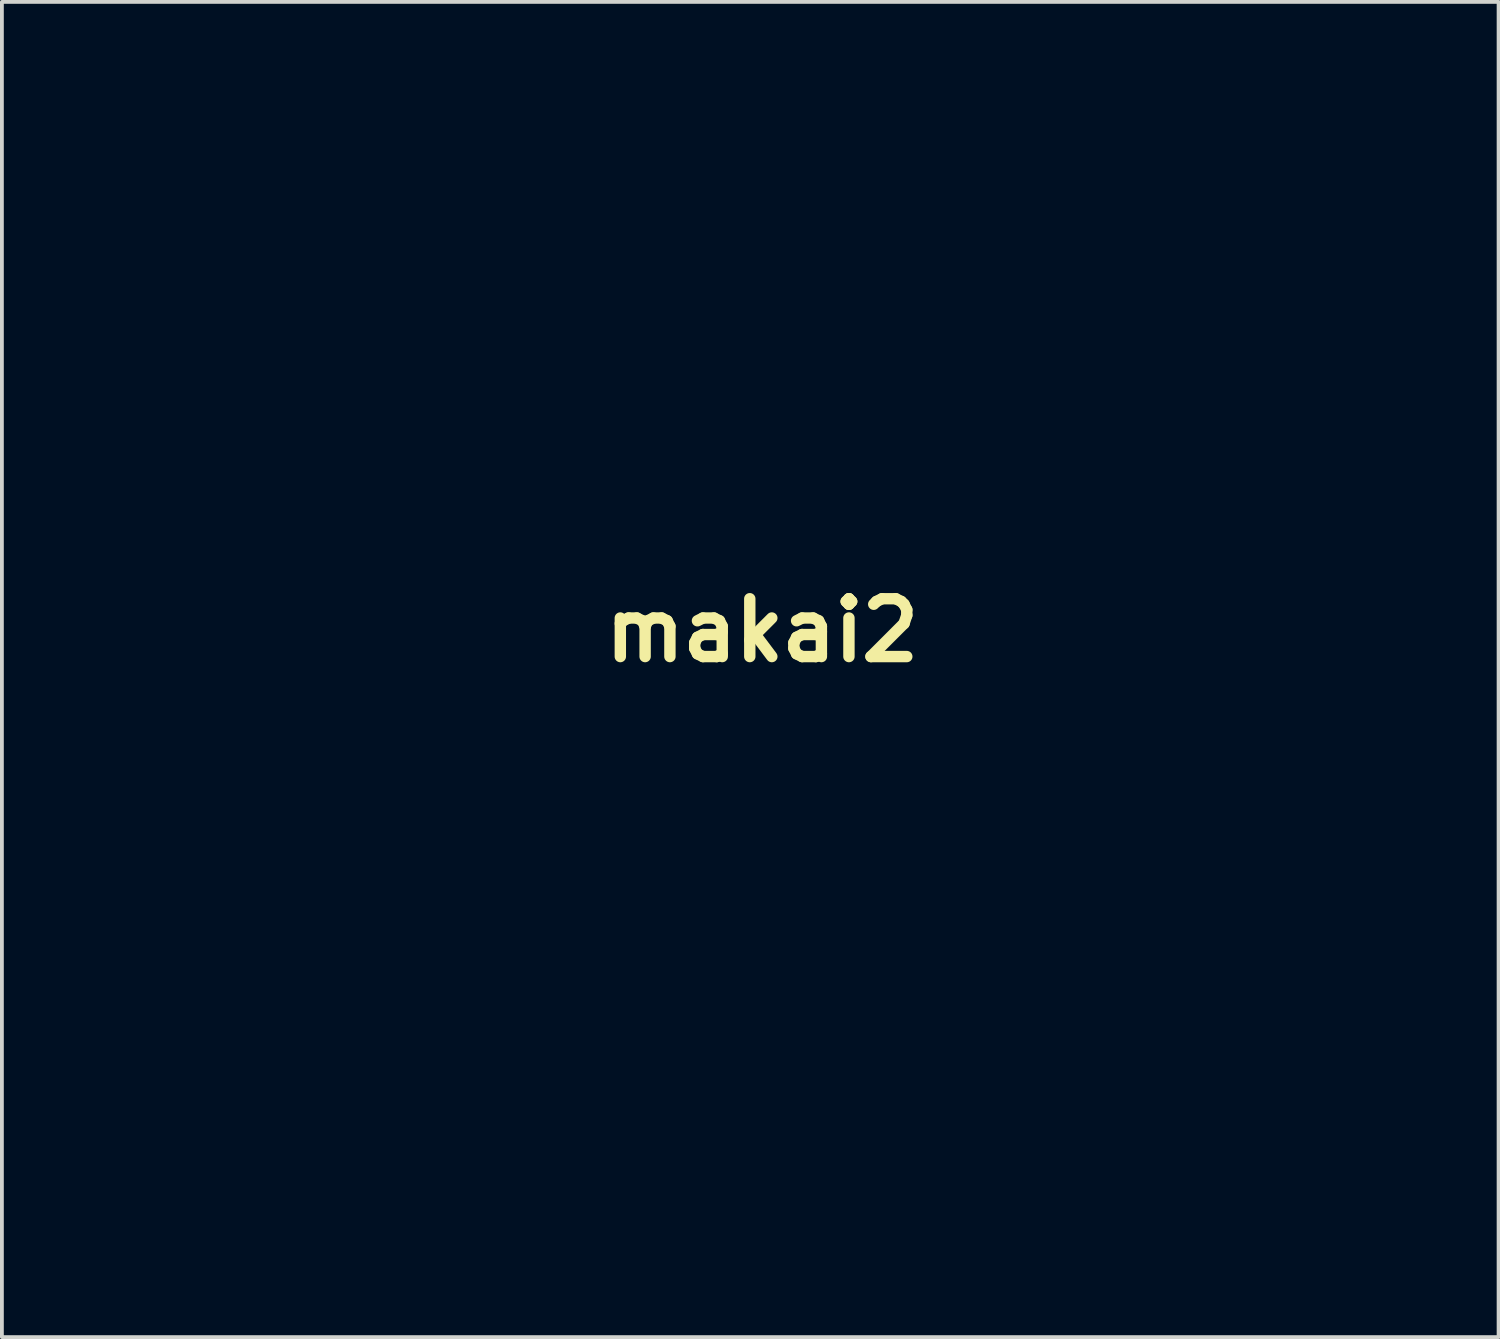
<source format=kicad_pcb>
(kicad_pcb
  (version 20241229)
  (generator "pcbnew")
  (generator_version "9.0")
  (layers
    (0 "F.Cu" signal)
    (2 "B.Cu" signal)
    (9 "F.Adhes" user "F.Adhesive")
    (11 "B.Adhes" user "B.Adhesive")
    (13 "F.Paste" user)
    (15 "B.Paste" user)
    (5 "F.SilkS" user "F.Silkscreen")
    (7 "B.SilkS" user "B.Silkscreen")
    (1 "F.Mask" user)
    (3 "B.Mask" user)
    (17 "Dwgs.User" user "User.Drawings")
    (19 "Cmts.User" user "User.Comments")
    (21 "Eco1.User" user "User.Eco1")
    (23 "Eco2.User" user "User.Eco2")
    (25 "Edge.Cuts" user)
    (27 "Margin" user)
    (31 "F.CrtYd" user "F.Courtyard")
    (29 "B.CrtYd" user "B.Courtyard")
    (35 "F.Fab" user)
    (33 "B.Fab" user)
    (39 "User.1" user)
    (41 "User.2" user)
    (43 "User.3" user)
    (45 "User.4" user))
  (footprint "makai2"
    (layer "F.Cu")
    (at 17.032 13.56)
    (property "Reference" "makai2" (at 0 0 0) (layer "F.SilkS") (effects (font (size 1.524 1.524) (thickness 0.3))))
    (attr through_hole)
    (fp_poly (pts (xy -4.011 8.275) (xy -4.024 8.288) (xy -4.037 8.275) (xy -4.024 8.262) (xy -4.011 8.275)) (stroke (width 0.01) (type solid)) (fill yes) (layer "F.Mask"))
    (fp_poly (pts (xy 9.358 8.275) (xy 9.345 8.288) (xy 9.331 8.275) (xy 9.345 8.262) (xy 9.358 8.275)) (stroke (width 0.01) (type solid)) (fill yes) (layer "F.Mask"))
    (fp_poly (pts (xy -15.434 8.11) (xy -15.426 8.117) (xy -15.462 8.122) (xy -15.481 8.122) (xy -15.529 8.119) (xy -15.535 8.112) (xy -15.527 8.11) (xy -15.46 8.105) (xy -15.434 8.11)) (stroke (width 0.01) (type solid)) (fill yes) (layer "F.Mask"))
    (fp_poly (pts (xy 5.325 7.744) (xy 5.334 7.754) (xy 5.324 7.773) (xy 5.281 7.78) (xy 5.234 7.772) (xy 5.227 7.754) (xy 5.266 7.729) (xy 5.281 7.727) (xy 5.325 7.744)) (stroke (width 0.01) (type solid)) (fill yes) (layer "F.Mask"))
    (fp_poly (pts (xy 15.554 8.11) (xy 15.562 8.117) (xy 15.526 8.122) (xy 15.507 8.122) (xy 15.459 8.119) (xy 15.453 8.112) (xy 15.461 8.11) (xy 15.528 8.105) (xy 15.554 8.11)) (stroke (width 0.01) (type solid)) (fill yes) (layer "F.Mask"))
    (fp_poly (pts (xy 5.295 7.906) (xy 5.309 7.93) (xy 5.318 7.986) (xy 5.325 8.084) (xy 5.325 8.104) (xy 5.328 8.211) (xy 5.325 8.275) (xy 5.314 8.306) (xy 5.294 8.315) (xy 5.289 8.315) (xy 5.266 8.306) (xy 5.25 8.273) (xy 5.241 8.205) (xy 5.236 8.116) (xy 5.233 8.012) (xy 5.237 7.949) (xy 5.25 7.917) (xy 5.272 7.905) (xy 5.295 7.906)) (stroke (width 0.01) (type solid)) (fill yes) (layer "F.Mask"))
    (fp_poly (pts (xy -14.178 -0.586) (xy -14.1 -0.575) (xy -13.998 -0.547) (xy -13.904 -0.513) (xy -13.762 -0.436) (xy -13.666 -0.346) (xy -13.618 -0.244) (xy -13.614 -0.175) (xy -13.636 -0.109) (xy -13.686 -0.088) (xy -13.764 -0.11) (xy -13.847 -0.158) (xy -13.933 -0.221) (xy -14.028 -0.302) (xy -14.12 -0.388) (xy -14.197 -0.467) (xy -14.247 -0.529) (xy -14.253 -0.54) (xy -14.264 -0.571) (xy -14.243 -0.584) (xy -14.18 -0.586) (xy -14.178 -0.586)) (stroke (width 0.01) (type solid)) (fill yes) (layer "F.Mask"))
    (fp_poly (pts (xy -10.777 7.664) (xy -10.764 7.682) (xy -10.755 7.725) (xy -10.749 7.801) (xy -10.745 7.92) (xy -10.743 7.984) (xy -10.74 8.123) (xy -10.741 8.217) (xy -10.745 8.274) (xy -10.755 8.304) (xy -10.771 8.314) (xy -10.78 8.315) (xy -10.8 8.309) (xy -10.813 8.286) (xy -10.822 8.236) (xy -10.828 8.151) (xy -10.833 8.023) (xy -10.834 7.996) (xy -10.836 7.859) (xy -10.835 7.767) (xy -10.83 7.71) (xy -10.819 7.679) (xy -10.801 7.666) (xy -10.796 7.664) (xy -10.777 7.664)) (stroke (width 0.01) (type solid)) (fill yes) (layer "F.Mask"))
    (fp_poly (pts (xy -3.323 7.911) (xy -3.315 7.935) (xy -3.308 7.963) (xy -3.283 7.946) (xy -3.238 7.921) (xy -3.189 7.915) (xy -3.157 7.931) (xy -3.155 7.941) (xy -3.177 7.963) (xy -3.203 7.968) (xy -3.264 7.985) (xy -3.3 8.039) (xy -3.315 8.138) (xy -3.315 8.173) (xy -3.32 8.262) (xy -3.334 8.306) (xy -3.353 8.315) (xy -3.375 8.301) (xy -3.389 8.253) (xy -3.398 8.162) (xy -3.4 8.116) (xy -3.403 8.012) (xy -3.399 7.95) (xy -3.386 7.918) (xy -3.362 7.905) (xy -3.362 7.905) (xy -3.323 7.911)) (stroke (width 0.01) (type solid)) (fill yes) (layer "F.Mask"))
    (fp_poly (pts (xy 1.964 7.913) (xy 1.97 7.953) (xy 1.949 7.981) (xy 1.922 7.979) (xy 1.878 7.975) (xy 1.844 8.017) (xy 1.823 8.097) (xy 1.818 8.171) (xy 1.814 8.26) (xy 1.8 8.305) (xy 1.78 8.315) (xy 1.759 8.301) (xy 1.745 8.253) (xy 1.736 8.163) (xy 1.733 8.115) (xy 1.73 8.012) (xy 1.733 7.951) (xy 1.745 7.922) (xy 1.767 7.914) (xy 1.771 7.914) (xy 1.811 7.927) (xy 1.818 7.941) (xy 1.837 7.948) (xy 1.882 7.927) (xy 1.882 7.927) (xy 1.94 7.902) (xy 1.964 7.913)) (stroke (width 0.01) (type solid)) (fill yes) (layer "F.Mask"))
    (fp_poly (pts (xy 10.227 7.914) (xy 10.221 7.944) (xy 10.202 7.954) (xy 10.138 7.974) (xy 10.12 7.98) (xy 10.096 8.004) (xy 10.083 8.062) (xy 10.08 8.154) (xy 10.078 8.244) (xy 10.069 8.292) (xy 10.05 8.312) (xy 10.026 8.315) (xy 9.999 8.31) (xy 9.983 8.289) (xy 9.975 8.239) (xy 9.973 8.149) (xy 9.973 8.117) (xy 9.976 8.004) (xy 9.987 7.936) (xy 10.007 7.907) (xy 10.01 7.906) (xy 10.059 7.909) (xy 10.074 7.919) (xy 10.119 7.93) (xy 10.156 7.917) (xy 10.209 7.902) (xy 10.227 7.914)) (stroke (width 0.01) (type solid)) (fill yes) (layer "F.Mask"))
    (fp_poly (pts (xy 0.142 -1.975) (xy 0.185 -1.94) (xy 0.241 -1.879) (xy 0.312 -1.781) (xy 0.344 -1.689) (xy 0.337 -1.588) (xy 0.292 -1.468) (xy 0.26 -1.404) (xy 0.183 -1.286) (xy 0.098 -1.197) (xy 0.013 -1.142) (xy -0.064 -1.126) (xy -0.127 -1.154) (xy -0.128 -1.155) (xy -0.155 -1.196) (xy -0.154 -1.249) (xy -0.125 -1.327) (xy -0.104 -1.37) (xy -0.048 -1.489) (xy -0.005 -1.603) (xy 0.024 -1.701) (xy 0.034 -1.772) (xy 0.027 -1.802) (xy 0.00014 -1.861) (xy 0.016 -1.923) (xy 0.067 -1.969) (xy 0.107 -1.983) (xy 0.142 -1.975)) (stroke (width 0.01) (type solid)) (fill yes) (layer "F.Mask"))
    (fp_poly (pts (xy 5.109 -1.51) (xy 5.163 -1.484) (xy 5.239 -1.433) (xy 5.317 -1.374) (xy 5.392 -1.315) (xy 5.453 -1.273) (xy 5.486 -1.257) (xy 5.486 -1.257) (xy 5.497 -1.233) (xy 5.498 -1.172) (xy 5.491 -1.089) (xy 5.478 -0.999) (xy 5.46 -0.918) (xy 5.449 -0.882) (xy 5.404 -0.801) (xy 5.343 -0.734) (xy 5.281 -0.698) (xy 5.262 -0.695) (xy 5.215 -0.719) (xy 5.185 -0.768) (xy 5.165 -0.835) (xy 5.141 -0.94) (xy 5.115 -1.071) (xy 5.09 -1.212) (xy 5.069 -1.35) (xy 5.062 -1.4) (xy 5.053 -1.477) (xy 5.057 -1.513) (xy 5.078 -1.519) (xy 5.109 -1.51)) (stroke (width 0.01) (type solid)) (fill yes) (layer "F.Mask"))
    (fp_poly (pts (xy -1.076 -2.037) (xy -1.021 -1.995) (xy -0.972 -1.948) (xy -0.886 -1.854) (xy -0.843 -1.78) (xy -0.841 -1.715) (xy -0.878 -1.65) (xy -0.899 -1.626) (xy -0.97 -1.567) (xy -1.071 -1.504) (xy -1.185 -1.444) (xy -1.297 -1.396) (xy -1.39 -1.368) (xy -1.427 -1.364) (xy -1.479 -1.367) (xy -1.486 -1.382) (xy -1.464 -1.41) (xy -1.434 -1.454) (xy -1.389 -1.533) (xy -1.336 -1.632) (xy -1.311 -1.682) (xy -1.257 -1.793) (xy -1.227 -1.869) (xy -1.217 -1.921) (xy -1.223 -1.96) (xy -1.226 -1.968) (xy -1.24 -2.011) (xy -1.219 -2.033) (xy -1.172 -2.046) (xy -1.121 -2.052) (xy -1.076 -2.037)) (stroke (width 0.01) (type solid)) (fill yes) (layer "F.Mask"))
    (fp_poly (pts (xy 13.95 7.924) (xy 13.95 7.93) (xy 13.911 7.945) (xy 13.859 7.952) (xy 13.796 7.965) (xy 13.782 7.997) (xy 13.818 8.048) (xy 13.862 8.085) (xy 13.932 8.149) (xy 13.953 8.202) (xy 13.926 8.25) (xy 13.897 8.274) (xy 13.838 8.301) (xy 13.771 8.314) (xy 13.715 8.31) (xy 13.689 8.289) (xy 13.689 8.286) (xy 13.712 8.269) (xy 13.766 8.274) (xy 13.833 8.277) (xy 13.86 8.25) (xy 13.845 8.199) (xy 13.789 8.129) (xy 13.775 8.116) (xy 13.711 8.041) (xy 13.698 7.983) (xy 13.735 7.944) (xy 13.823 7.922) (xy 13.852 7.919) (xy 13.918 7.918) (xy 13.95 7.924)) (stroke (width 0.01) (type solid)) (fill yes) (layer "F.Mask"))
    (fp_poly (pts (xy 14.002 -1.674) (xy 14.097 -1.634) (xy 14.185 -1.585) (xy 14.211 -1.566) (xy 14.261 -1.518) (xy 14.273 -1.482) (xy 14.261 -1.452) (xy 14.215 -1.414) (xy 14.154 -1.395) (xy 14.096 -1.38) (xy 14.006 -1.348) (xy 13.897 -1.304) (xy 13.841 -1.279) (xy 13.688 -1.213) (xy 13.568 -1.174) (xy 13.471 -1.161) (xy 13.385 -1.171) (xy 13.299 -1.204) (xy 13.288 -1.21) (xy 13.21 -1.256) (xy 13.174 -1.299) (xy 13.168 -1.333) (xy 13.176 -1.37) (xy 13.207 -1.401) (xy 13.272 -1.434) (xy 13.337 -1.459) (xy 13.45 -1.506) (xy 13.581 -1.565) (xy 13.689 -1.62) (xy 13.874 -1.716) (xy 14.002 -1.674)) (stroke (width 0.01) (type solid)) (fill yes) (layer "F.Mask"))
    (fp_poly (pts (xy 14.806 7.924) (xy 14.806 7.93) (xy 14.767 7.945) (xy 14.715 7.952) (xy 14.651 7.965) (xy 14.638 7.997) (xy 14.673 8.048) (xy 14.718 8.085) (xy 14.787 8.149) (xy 14.808 8.202) (xy 14.781 8.25) (xy 14.753 8.274) (xy 14.693 8.301) (xy 14.626 8.314) (xy 14.571 8.31) (xy 14.545 8.289) (xy 14.545 8.286) (xy 14.568 8.269) (xy 14.622 8.274) (xy 14.689 8.277) (xy 14.715 8.25) (xy 14.701 8.199) (xy 14.645 8.129) (xy 14.631 8.116) (xy 14.567 8.041) (xy 14.553 7.983) (xy 14.591 7.944) (xy 14.678 7.922) (xy 14.708 7.919) (xy 14.773 7.918) (xy 14.806 7.924)) (stroke (width 0.01) (type solid)) (fill yes) (layer "F.Mask"))
    (fp_poly (pts (xy 3.727 7.922) (xy 3.732 7.937) (xy 3.698 7.95) (xy 3.65 7.948) (xy 3.598 7.951) (xy 3.581 7.982) (xy 3.599 8.027) (xy 3.65 8.075) (xy 3.663 8.084) (xy 3.723 8.14) (xy 3.744 8.204) (xy 3.723 8.263) (xy 3.691 8.287) (xy 3.635 8.307) (xy 3.572 8.315) (xy 3.517 8.312) (xy 3.489 8.298) (xy 3.49 8.286) (xy 3.527 8.27) (xy 3.573 8.274) (xy 3.633 8.275) (xy 3.657 8.245) (xy 3.645 8.196) (xy 3.594 8.137) (xy 3.587 8.131) (xy 3.52 8.06) (xy 3.505 7.997) (xy 3.535 7.946) (xy 3.573 7.927) (xy 3.63 7.917) (xy 3.687 7.915) (xy 3.727 7.922)) (stroke (width 0.01) (type solid)) (fill yes) (layer "F.Mask"))
    (fp_poly (pts (xy -13.403 7.934) (xy -13.357 7.974) (xy -13.318 8.065) (xy -13.334 8.156) (xy -13.393 8.237) (xy -13.479 8.296) (xy -13.569 8.315) (xy -13.65 8.293) (xy -13.674 8.273) (xy -13.71 8.204) (xy -13.715 8.114) (xy -13.711 8.1) (xy -13.632 8.1) (xy -13.619 8.18) (xy -13.594 8.229) (xy -13.539 8.281) (xy -13.484 8.279) (xy -13.454 8.256) (xy -13.423 8.195) (xy -13.42 8.116) (xy -13.441 8.036) (xy -13.48 7.972) (xy -13.533 7.942) (xy -13.543 7.941) (xy -13.592 7.964) (xy -13.622 8.022) (xy -13.632 8.1) (xy -13.711 8.1) (xy -13.691 8.026) (xy -13.654 7.972) (xy -13.575 7.926) (xy -13.485 7.913) (xy -13.403 7.934)) (stroke (width 0.01) (type solid)) (fill yes) (layer "F.Mask"))
    (fp_poly (pts (xy 1.008 7.934) (xy 1.055 7.974) (xy 1.093 8.065) (xy 1.077 8.156) (xy 1.018 8.237) (xy 0.932 8.296) (xy 0.842 8.315) (xy 0.762 8.293) (xy 0.737 8.273) (xy 0.701 8.204) (xy 0.696 8.114) (xy 0.7 8.1) (xy 0.779 8.1) (xy 0.793 8.18) (xy 0.817 8.229) (xy 0.872 8.281) (xy 0.927 8.279) (xy 0.957 8.256) (xy 0.988 8.195) (xy 0.991 8.116) (xy 0.97 8.036) (xy 0.931 7.972) (xy 0.878 7.942) (xy 0.868 7.941) (xy 0.82 7.964) (xy 0.789 8.022) (xy 0.779 8.1) (xy 0.7 8.1) (xy 0.72 8.026) (xy 0.757 7.972) (xy 0.836 7.926) (xy 0.926 7.913) (xy 1.008 7.934)) (stroke (width 0.01) (type solid)) (fill yes) (layer "F.Mask"))
    (fp_poly (pts (xy 9.291 7.927) (xy 9.299 8.116) (xy 9.307 8.305) (xy 9.173 8.307) (xy 9.093 8.305) (xy 9.038 8.299) (xy 9.025 8.294) (xy 9.009 8.246) (xy 9.02 8.184) (xy 9.053 8.135) (xy 9.062 8.129) (xy 9.118 8.105) (xy 9.14 8.107) (xy 9.123 8.133) (xy 9.093 8.186) (xy 9.097 8.235) (xy 9.133 8.261) (xy 9.143 8.262) (xy 9.172 8.256) (xy 9.187 8.229) (xy 9.193 8.17) (xy 9.194 8.101) (xy 9.187 7.998) (xy 9.166 7.945) (xy 9.131 7.943) (xy 9.091 7.981) (xy 9.05 8.015) (xy 9.03 8.021) (xy 9.025 8.005) (xy 9.052 7.966) (xy 9.113 7.925) (xy 9.196 7.919) (xy 9.291 7.927)) (stroke (width 0.01) (type solid)) (fill yes) (layer "F.Mask"))
    (fp_poly (pts (xy -11.151 -1.57) (xy -11.046 -1.527) (xy -10.936 -1.472) (xy -10.836 -1.412) (xy -10.759 -1.353) (xy -10.72 -1.307) (xy -10.701 -1.251) (xy -10.681 -1.153) (xy -10.659 -1.022) (xy -10.637 -0.87) (xy -10.618 -0.706) (xy -10.603 -0.541) (xy -10.601 -0.528) (xy -10.583 -0.294) (xy -10.662 -0.294) (xy -10.728 -0.305) (xy -10.768 -0.328) (xy -10.811 -0.394) (xy -10.853 -0.487) (xy -10.896 -0.615) (xy -10.944 -0.784) (xy -10.962 -0.856) (xy -11.005 -1.021) (xy -11.043 -1.145) (xy -11.079 -1.24) (xy -11.12 -1.316) (xy -11.17 -1.386) (xy -11.235 -1.46) (xy -11.293 -1.527) (xy -11.317 -1.566) (xy -11.311 -1.587) (xy -11.298 -1.594) (xy -11.24 -1.594) (xy -11.151 -1.57)) (stroke (width 0.01) (type solid)) (fill yes) (layer "F.Mask"))
    (fp_poly (pts (xy -5.038 7.931) (xy -4.991 7.986) (xy -4.973 8.083) (xy -4.973 8.101) (xy -4.994 8.188) (xy -5.049 8.257) (xy -5.124 8.302) (xy -5.206 8.318) (xy -5.283 8.3) (xy -5.332 8.256) (xy -5.37 8.174) (xy -5.363 8.1) (xy -5.277 8.1) (xy -5.264 8.175) (xy -5.22 8.256) (xy -5.168 8.284) (xy -5.109 8.259) (xy -5.095 8.246) (xy -5.061 8.182) (xy -5.058 8.103) (xy -5.081 8.025) (xy -5.125 7.965) (xy -5.184 7.941) (xy -5.186 7.941) (xy -5.232 7.964) (xy -5.265 8.023) (xy -5.277 8.1) (xy -5.363 8.1) (xy -5.362 8.087) (xy -5.335 8.023) (xy -5.289 7.958) (xy -5.227 7.924) (xy -5.132 7.914) (xy -5.119 7.914) (xy -5.038 7.931)) (stroke (width 0.01) (type solid)) (fill yes) (layer "F.Mask"))
    (fp_poly (pts (xy 2.302 -10.11) (xy 2.33 -10.048) (xy 2.348 -9.951) (xy 2.357 -9.835) (xy 2.357 -9.714) (xy 2.346 -9.605) (xy 2.326 -9.521) (xy 2.304 -9.482) (xy 2.292 -9.475) (xy 2.272 -9.468) (xy 2.242 -9.462) (xy 2.196 -9.457) (xy 2.133 -9.452) (xy 2.049 -9.449) (xy 1.94 -9.446) (xy 1.804 -9.444) (xy 1.636 -9.442) (xy 1.434 -9.44) (xy 1.194 -9.439) (xy 0.913 -9.439) (xy 0.587 -9.438) (xy 0.213 -9.438) (xy -0.061 -9.438) (xy -2.377 -9.438) (xy -2.418 -9.498) (xy -2.444 -9.565) (xy -2.459 -9.667) (xy -2.464 -9.787) (xy -2.458 -9.909) (xy -2.443 -10.017) (xy -2.419 -10.094) (xy -2.409 -10.11) (xy -2.358 -10.173) (xy 2.251 -10.173) (xy 2.302 -10.11)) (stroke (width 0.01) (type solid)) (fill yes) (layer "F.Mask"))
    (fp_poly (pts (xy -10.383 0.687) (xy -10.33 0.732) (xy -10.271 0.791) (xy -10.222 0.848) (xy -10.205 0.873) (xy -10.198 0.923) (xy -10.207 1.01) (xy -10.229 1.123) (xy -10.261 1.251) (xy -10.299 1.379) (xy -10.341 1.498) (xy -10.384 1.594) (xy -10.386 1.598) (xy -10.437 1.691) (xy -10.476 1.747) (xy -10.512 1.775) (xy -10.555 1.785) (xy -10.569 1.786) (xy -10.645 1.78) (xy -10.703 1.758) (xy -10.721 1.74) (xy -10.726 1.715) (xy -10.717 1.674) (xy -10.689 1.607) (xy -10.64 1.507) (xy -10.605 1.437) (xy -10.531 1.276) (xy -10.475 1.127) (xy -10.44 0.999) (xy -10.428 0.898) (xy -10.441 0.834) (xy -10.448 0.824) (xy -10.463 0.783) (xy -10.458 0.727) (xy -10.439 0.681) (xy -10.418 0.669) (xy -10.383 0.687)) (stroke (width 0.01) (type solid)) (fill yes) (layer "F.Mask"))
    (fp_poly (pts (xy -9.613 0.303) (xy -9.567 0.332) (xy -9.533 0.382) (xy -9.506 0.461) (xy -9.486 0.577) (xy -9.471 0.736) (xy -9.465 0.82) (xy -9.451 1.001) (xy -9.433 1.207) (xy -9.413 1.412) (xy -9.397 1.561) (xy -9.377 1.75) (xy -9.369 1.894) (xy -9.372 2.002) (xy -9.387 2.081) (xy -9.416 2.139) (xy -9.44 2.167) (xy -9.507 2.213) (xy -9.567 2.207) (xy -9.6 2.178) (xy -9.623 2.123) (xy -9.644 2.018) (xy -9.661 1.862) (xy -9.674 1.656) (xy -9.685 1.397) (xy -9.693 1.086) (xy -9.694 1.032) (xy -9.697 0.853) (xy -9.701 0.692) (xy -9.706 0.557) (xy -9.71 0.455) (xy -9.714 0.395) (xy -9.717 0.381) (xy -9.715 0.354) (xy -9.682 0.323) (xy -9.639 0.303) (xy -9.613 0.303)) (stroke (width 0.01) (type solid)) (fill yes) (layer "F.Mask"))
    (fp_poly (pts (xy -4.091 8.072) (xy -4.088 8.165) (xy -4.082 8.238) (xy -4.076 8.269) (xy -4.078 8.292) (xy -4.112 8.305) (xy -4.189 8.309) (xy -4.208 8.309) (xy -4.306 8.305) (xy -4.358 8.287) (xy -4.369 8.273) (xy -4.37 8.204) (xy -4.327 8.143) (xy -4.303 8.127) (xy -4.249 8.104) (xy -4.229 8.107) (xy -4.246 8.133) (xy -4.275 8.183) (xy -4.275 8.23) (xy -4.249 8.256) (xy -4.231 8.257) (xy -4.203 8.24) (xy -4.187 8.196) (xy -4.179 8.112) (xy -4.178 8.094) (xy -4.182 7.994) (xy -4.201 7.943) (xy -4.237 7.943) (xy -4.278 7.981) (xy -4.319 8.015) (xy -4.339 8.021) (xy -4.344 8.005) (xy -4.318 7.968) (xy -4.246 7.924) (xy -4.18 7.914) (xy -4.091 7.914) (xy -4.091 8.072)) (stroke (width 0.01) (type solid)) (fill yes) (layer "F.Mask"))
    (fp_poly (pts (xy 8.143 7.734) (xy 8.263 7.771) (xy 8.347 7.84) (xy 8.391 7.937) (xy 8.395 7.989) (xy 8.371 8.107) (xy 8.303 8.204) (xy 8.199 8.275) (xy 8.069 8.311) (xy 8.009 8.315) (xy 7.914 8.315) (xy 7.914 8.048) (xy 7.914 8.001) (xy 7.994 8.001) (xy 7.996 8.112) (xy 8.001 8.202) (xy 8.008 8.259) (xy 8.012 8.271) (xy 8.066 8.287) (xy 8.152 8.262) (xy 8.182 8.248) (xy 8.25 8.185) (xy 8.292 8.091) (xy 8.299 7.983) (xy 8.296 7.96) (xy 8.254 7.872) (xy 8.172 7.803) (xy 8.081 7.768) (xy 7.994 7.749) (xy 7.994 8.001) (xy 7.914 8.001) (xy 7.913 7.933) (xy 7.912 7.838) (xy 7.909 7.777) (xy 7.907 7.76) (xy 7.926 7.745) (xy 7.981 7.733) (xy 7.993 7.732) (xy 8.143 7.734)) (stroke (width 0.01) (type solid)) (fill yes) (layer "F.Mask"))
    (fp_poly (pts (xy -12.385 7.907) (xy -12.379 7.923) (xy -12.391 7.98) (xy -12.422 8.07) (xy -12.466 8.177) (xy -12.517 8.288) (xy -12.567 8.389) (xy -12.611 8.464) (xy -12.636 8.496) (xy -12.687 8.528) (xy -12.745 8.55) (xy -12.795 8.557) (xy -12.823 8.548) (xy -12.82 8.528) (xy -12.782 8.505) (xy -12.772 8.505) (xy -12.704 8.502) (xy -12.66 8.466) (xy -12.635 8.416) (xy -12.618 8.369) (xy -12.615 8.322) (xy -12.627 8.261) (xy -12.655 8.172) (xy -12.673 8.121) (xy -12.708 8.019) (xy -12.726 7.957) (xy -12.728 7.927) (xy -12.715 7.917) (xy -12.692 7.919) (xy -12.649 7.945) (xy -12.61 8.013) (xy -12.591 8.061) (xy -12.545 8.195) (xy -12.502 8.095) (xy -12.475 8.023) (xy -12.46 7.967) (xy -12.459 7.958) (xy -12.438 7.916) (xy -12.419 7.904) (xy -12.385 7.907)) (stroke (width 0.01) (type solid)) (fill yes) (layer "F.Mask"))
    (fp_poly (pts (xy 2.658 7.676) (xy 2.669 7.725) (xy 2.673 7.814) (xy 2.674 7.885) (xy 2.674 8.088) (xy 2.769 7.985) (xy 2.825 7.93) (xy 2.866 7.9) (xy 2.88 7.898) (xy 2.874 7.926) (xy 2.839 7.974) (xy 2.821 7.994) (xy 2.746 8.073) (xy 2.817 8.18) (xy 2.864 8.254) (xy 2.883 8.295) (xy 2.875 8.312) (xy 2.841 8.315) (xy 2.84 8.315) (xy 2.796 8.294) (xy 2.748 8.241) (xy 2.74 8.228) (xy 2.687 8.141) (xy 2.679 8.228) (xy 2.664 8.292) (xy 2.63 8.314) (xy 2.619 8.315) (xy 2.597 8.312) (xy 2.582 8.295) (xy 2.573 8.257) (xy 2.568 8.187) (xy 2.567 8.079) (xy 2.567 7.997) (xy 2.568 7.855) (xy 2.573 7.758) (xy 2.582 7.699) (xy 2.596 7.67) (xy 2.604 7.665) (xy 2.637 7.659) (xy 2.658 7.676)) (stroke (width 0.01) (type solid)) (fill yes) (layer "F.Mask"))
    (fp_poly (pts (xy 9.993 -1.621) (xy 10.048 -1.606) (xy 10.127 -1.585) (xy 10.154 -1.578) (xy 10.266 -1.527) (xy 10.361 -1.444) (xy 10.424 -1.344) (xy 10.432 -1.319) (xy 10.438 -1.268) (xy 10.428 -1.204) (xy 10.399 -1.12) (xy 10.348 -1.01) (xy 10.273 -0.867) (xy 10.207 -0.749) (xy 10.091 -0.546) (xy 9.994 -0.386) (xy 9.911 -0.264) (xy 9.839 -0.173) (xy 9.773 -0.11) (xy 9.708 -0.067) (xy 9.661 -0.046) (xy 9.549 -0.012) (xy 9.465 -0.001) (xy 9.419 -0.013) (xy 9.411 -0.03) (xy 9.424 -0.063) (xy 9.457 -0.133) (xy 9.508 -0.232) (xy 9.572 -0.351) (xy 9.604 -0.411) (xy 9.689 -0.569) (xy 9.779 -0.744) (xy 9.864 -0.915) (xy 9.934 -1.061) (xy 9.938 -1.068) (xy 10.079 -1.374) (xy 10.031 -1.456) (xy 9.98 -1.548) (xy 9.96 -1.603) (xy 9.97 -1.623) (xy 9.993 -1.621)) (stroke (width 0.01) (type solid)) (fill yes) (layer "F.Mask"))
    (fp_poly (pts (xy -10.234 -0.14) (xy -10.189 -0.089) (xy -10.145 -0.027) (xy -10.114 0.031) (xy -10.107 0.058) (xy -10.125 0.102) (xy -10.17 0.156) (xy -10.177 0.162) (xy -10.249 0.24) (xy -10.344 0.359) (xy -10.459 0.516) (xy -10.591 0.706) (xy -10.592 0.709) (xy -10.732 0.896) (xy -10.875 1.054) (xy -11.014 1.173) (xy -11.134 1.244) (xy -11.213 1.272) (xy -11.31 1.297) (xy -11.413 1.317) (xy -11.509 1.329) (xy -11.584 1.332) (xy -11.626 1.325) (xy -11.631 1.317) (xy -11.611 1.293) (xy -11.556 1.242) (xy -11.475 1.172) (xy -11.374 1.088) (xy -11.334 1.055) (xy -11.14 0.893) (xy -10.981 0.742) (xy -10.845 0.588) (xy -10.717 0.42) (xy -10.667 0.348) (xy -10.586 0.23) (xy -10.502 0.115) (xy -10.421 0.01) (xy -10.351 -0.077) (xy -10.298 -0.136) (xy -10.267 -0.16) (xy -10.266 -0.16) (xy -10.234 -0.14)) (stroke (width 0.01) (type solid)) (fill yes) (layer "F.Mask"))
    (fp_poly (pts (xy -8.025 7.919) (xy -7.958 7.931) (xy -7.928 7.959) (xy -7.919 8.001) (xy -7.917 8.046) (xy -7.935 8.067) (xy -7.985 8.074) (xy -8.033 8.075) (xy -8.109 8.078) (xy -8.145 8.092) (xy -8.155 8.123) (xy -8.155 8.128) (xy -8.134 8.196) (xy -8.082 8.251) (xy -8.017 8.277) (xy -7.986 8.275) (xy -7.949 8.267) (xy -7.958 8.28) (xy -7.968 8.286) (xy -8.046 8.314) (xy -8.128 8.304) (xy -8.191 8.259) (xy -8.193 8.256) (xy -8.231 8.159) (xy -8.219 8.056) (xy -8.188 8.001) (xy -8.123 8.001) (xy -8.116 8.036) (xy -8.068 8.048) (xy -8.061 8.048) (xy -8.009 8.039) (xy -7.999 8.006) (xy -7.999 8.001) (xy -8.03 7.963) (xy -8.061 7.954) (xy -8.108 7.974) (xy -8.123 8.001) (xy -8.188 8.001) (xy -8.178 7.983) (xy -8.126 7.933) (xy -8.064 7.918) (xy -8.025 7.919)) (stroke (width 0.01) (type solid)) (fill yes) (layer "F.Mask"))
    (fp_poly (pts (xy -6.263 7.688) (xy -6.257 7.748) (xy -6.256 7.808) (xy -6.256 7.965) (xy -6.163 7.926) (xy -6.099 7.903) (xy -6.059 7.906) (xy -6.02 7.937) (xy -6.016 7.941) (xy -5.97 8.014) (xy -5.971 8.102) (xy -6.003 8.182) (xy -6.065 8.265) (xy -6.152 8.307) (xy -6.24 8.315) (xy -6.333 8.315) (xy -6.338 8.143) (xy -6.256 8.143) (xy -6.248 8.227) (xy -6.219 8.271) (xy -6.178 8.286) (xy -6.152 8.272) (xy -6.118 8.244) (xy -6.086 8.191) (xy -6.07 8.115) (xy -6.07 8.036) (xy -6.086 7.974) (xy -6.11 7.95) (xy -6.168 7.952) (xy -6.216 7.997) (xy -6.248 8.073) (xy -6.256 8.143) (xy -6.338 8.143) (xy -6.342 7.996) (xy -6.345 7.859) (xy -6.344 7.767) (xy -6.339 7.71) (xy -6.328 7.68) (xy -6.31 7.666) (xy -6.303 7.664) (xy -6.277 7.664) (xy -6.263 7.688)) (stroke (width 0.01) (type solid)) (fill yes) (layer "F.Mask"))
    (fp_poly (pts (xy 6.089 7.91) (xy 6.096 7.93) (xy 6.112 7.964) (xy 6.146 7.959) (xy 6.163 7.941) (xy 6.204 7.918) (xy 6.266 7.916) (xy 6.323 7.932) (xy 6.347 7.956) (xy 6.356 8.005) (xy 6.362 8.087) (xy 6.363 8.157) (xy 6.361 8.246) (xy 6.353 8.294) (xy 6.333 8.312) (xy 6.31 8.315) (xy 6.281 8.31) (xy 6.265 8.285) (xy 6.258 8.23) (xy 6.256 8.143) (xy 6.253 8.052) (xy 6.245 7.985) (xy 6.234 7.957) (xy 6.198 7.96) (xy 6.154 7.984) (xy 6.119 8.019) (xy 6.101 8.072) (xy 6.096 8.159) (xy 6.096 8.17) (xy 6.092 8.259) (xy 6.078 8.305) (xy 6.058 8.315) (xy 6.037 8.301) (xy 6.023 8.253) (xy 6.014 8.162) (xy 6.011 8.116) (xy 6.008 8.012) (xy 6.012 7.95) (xy 6.025 7.918) (xy 6.049 7.905) (xy 6.049 7.905) (xy 6.089 7.91)) (stroke (width 0.01) (type solid)) (fill yes) (layer "F.Mask"))
    (fp_poly (pts (xy 11.184 -0.699) (xy 11.292 -0.691) (xy 11.362 -0.677) (xy 11.408 -0.647) (xy 11.447 -0.596) (xy 11.466 -0.562) (xy 11.502 -0.492) (xy 11.509 -0.445) (xy 11.492 -0.402) (xy 11.491 -0.401) (xy 11.46 -0.365) (xy 11.413 -0.354) (xy 11.348 -0.36) (xy 11.258 -0.361) (xy 11.118 -0.344) (xy 10.929 -0.31) (xy 10.859 -0.295) (xy 10.666 -0.256) (xy 10.516 -0.231) (xy 10.398 -0.22) (xy 10.303 -0.221) (xy 10.227 -0.232) (xy 10.153 -0.251) (xy 10.125 -0.275) (xy 10.135 -0.318) (xy 10.166 -0.374) (xy 10.216 -0.45) (xy 10.259 -0.479) (xy 10.299 -0.465) (xy 10.308 -0.457) (xy 10.343 -0.454) (xy 10.416 -0.466) (xy 10.516 -0.49) (xy 10.63 -0.522) (xy 10.746 -0.558) (xy 10.853 -0.596) (xy 10.939 -0.63) (xy 10.992 -0.658) (xy 10.997 -0.662) (xy 11.056 -0.691) (xy 11.153 -0.7) (xy 11.184 -0.699)) (stroke (width 0.01) (type solid)) (fill yes) (layer "F.Mask"))
    (fp_poly (pts (xy 11.864 7.91) (xy 11.871 7.93) (xy 11.888 7.964) (xy 11.922 7.959) (xy 11.938 7.941) (xy 11.979 7.918) (xy 12.041 7.916) (xy 12.098 7.932) (xy 12.122 7.956) (xy 12.131 8.005) (xy 12.137 8.087) (xy 12.139 8.157) (xy 12.137 8.246) (xy 12.128 8.294) (xy 12.108 8.312) (xy 12.085 8.315) (xy 12.056 8.31) (xy 12.04 8.285) (xy 12.033 8.23) (xy 12.032 8.143) (xy 12.028 8.052) (xy 12.02 7.985) (xy 12.009 7.957) (xy 11.973 7.96) (xy 11.929 7.984) (xy 11.894 8.019) (xy 11.876 8.072) (xy 11.871 8.159) (xy 11.871 8.17) (xy 11.867 8.259) (xy 11.853 8.305) (xy 11.833 8.315) (xy 11.812 8.301) (xy 11.798 8.253) (xy 11.789 8.162) (xy 11.786 8.116) (xy 11.783 8.012) (xy 11.787 7.95) (xy 11.8 7.918) (xy 11.824 7.905) (xy 11.824 7.905) (xy 11.864 7.91)) (stroke (width 0.01) (type solid)) (fill yes) (layer "F.Mask"))
    (fp_poly (pts (xy 13.063 7.943) (xy 13.074 7.954) (xy 13.099 8.009) (xy 13.075 8.05) (xy 13.008 8.072) (xy 12.968 8.075) (xy 12.899 8.078) (xy 12.868 8.095) (xy 12.86 8.134) (xy 12.86 8.137) (xy 12.882 8.211) (xy 12.936 8.263) (xy 13.006 8.279) (xy 13.026 8.276) (xy 13.065 8.267) (xy 13.057 8.279) (xy 13.048 8.286) (xy 12.974 8.312) (xy 12.89 8.307) (xy 12.823 8.274) (xy 12.822 8.273) (xy 12.786 8.204) (xy 12.781 8.114) (xy 12.805 8.026) (xy 12.823 7.999) (xy 12.873 7.999) (xy 12.874 8.032) (xy 12.923 8.047) (xy 12.938 8.048) (xy 12.996 8.042) (xy 13.02 8.028) (xy 13.02 8.028) (xy 13.007 7.99) (xy 12.994 7.968) (xy 12.962 7.942) (xy 12.923 7.956) (xy 12.873 7.999) (xy 12.823 7.999) (xy 12.842 7.972) (xy 12.917 7.927) (xy 12.997 7.916) (xy 13.063 7.943)) (stroke (width 0.01) (type solid)) (fill yes) (layer "F.Mask"))
    (fp_poly (pts (xy -7.247 7.911) (xy -7.212 7.967) (xy -7.203 7.988) (xy -7.162 8.091) (xy -7.136 8.149) (xy -7.118 8.169) (xy -7.103 8.154) (xy -7.084 8.111) (xy -7.075 8.091) (xy -7.048 8.018) (xy -7.033 7.963) (xy -7.032 7.954) (xy -7.01 7.915) (xy -6.992 7.904) (xy -6.957 7.904) (xy -6.952 7.915) (xy -6.963 7.964) (xy -6.993 8.048) (xy -7.035 8.152) (xy -7.084 8.262) (xy -7.133 8.365) (xy -7.177 8.447) (xy -7.208 8.494) (xy -7.21 8.496) (xy -7.257 8.527) (xy -7.317 8.549) (xy -7.374 8.558) (xy -7.414 8.553) (xy -7.42 8.531) (xy -7.418 8.527) (xy -7.38 8.508) (xy -7.353 8.51) (xy -7.279 8.509) (xy -7.229 8.467) (xy -7.206 8.387) (xy -7.211 8.276) (xy -7.244 8.138) (xy -7.255 8.107) (xy -7.289 8.009) (xy -7.304 7.949) (xy -7.301 7.918) (xy -7.283 7.903) (xy -7.247 7.911)) (stroke (width 0.01) (type solid)) (fill yes) (layer "F.Mask"))
    (fp_poly (pts (xy 15.539 -1.939) (xy 15.617 -1.915) (xy 15.698 -1.858) (xy 15.761 -1.798) (xy 15.828 -1.724) (xy 15.863 -1.67) (xy 15.872 -1.623) (xy 15.868 -1.592) (xy 15.847 -1.528) (xy 15.801 -1.462) (xy 15.726 -1.388) (xy 15.615 -1.301) (xy 15.464 -1.195) (xy 15.454 -1.188) (xy 15.318 -1.101) (xy 15.206 -1.04) (xy 15.105 -0.999) (xy 15.014 -0.975) (xy 14.914 -0.95) (xy 14.83 -0.925) (xy 14.781 -0.906) (xy 14.78 -0.906) (xy 14.742 -0.893) (xy 14.732 -0.898) (xy 14.747 -0.939) (xy 14.787 -1.009) (xy 14.843 -1.094) (xy 14.905 -1.182) (xy 14.967 -1.261) (xy 14.998 -1.297) (xy 15.062 -1.367) (xy 15.145 -1.462) (xy 15.233 -1.565) (xy 15.262 -1.601) (xy 15.339 -1.695) (xy 15.384 -1.76) (xy 15.404 -1.804) (xy 15.403 -1.837) (xy 15.397 -1.851) (xy 15.386 -1.906) (xy 15.421 -1.937) (xy 15.5 -1.944) (xy 15.539 -1.939)) (stroke (width 0.01) (type solid)) (fill yes) (layer "F.Mask"))
    (fp_poly (pts (xy -11.59 7.92) (xy -11.548 7.926) (xy -11.523 7.943) (xy -11.511 7.982) (xy -11.505 8.057) (xy -11.502 8.109) (xy -11.494 8.213) (xy -11.481 8.265) (xy -11.465 8.272) (xy -11.447 8.27) (xy -11.452 8.281) (xy -11.485 8.295) (xy -11.553 8.305) (xy -11.635 8.31) (xy -11.712 8.309) (xy -11.765 8.301) (xy -11.775 8.295) (xy -11.791 8.246) (xy -11.773 8.184) (xy -11.742 8.146) (xy -11.695 8.112) (xy -11.659 8.101) (xy -11.647 8.112) (xy -11.669 8.143) (xy -11.705 8.199) (xy -11.703 8.242) (xy -11.663 8.262) (xy -11.659 8.262) (xy -11.62 8.252) (xy -11.597 8.219) (xy -11.589 8.153) (xy -11.594 8.047) (xy -11.6 7.974) (xy -11.622 7.944) (xy -11.663 7.947) (xy -11.703 7.98) (xy -11.707 7.987) (xy -11.737 8.016) (xy -11.755 8.012) (xy -11.758 7.982) (xy -11.723 7.951) (xy -11.665 7.927) (xy -11.6 7.919) (xy -11.59 7.92)) (stroke (width 0.01) (type solid)) (fill yes) (layer "F.Mask"))
    (fp_poly (pts (xy -9.127 7.752) (xy -9.117 7.813) (xy -9.112 7.867) (xy -9.104 8.008) (xy -9.01 7.882) (xy -8.936 7.792) (xy -8.877 7.741) (xy -8.838 7.731) (xy -8.833 7.735) (xy -8.843 7.759) (xy -8.88 7.809) (xy -8.917 7.854) (xy -8.969 7.92) (xy -9.003 7.974) (xy -9.01 7.994) (xy -8.996 8.032) (xy -8.96 8.097) (xy -8.935 8.137) (xy -8.876 8.225) (xy -8.844 8.278) (xy -8.836 8.305) (xy -8.849 8.314) (xy -8.875 8.315) (xy -8.925 8.293) (xy -8.985 8.223) (xy -9.017 8.175) (xy -9.104 8.034) (xy -9.112 8.175) (xy -9.122 8.264) (xy -9.141 8.308) (xy -9.159 8.315) (xy -9.177 8.305) (xy -9.189 8.27) (xy -9.195 8.201) (xy -9.197 8.089) (xy -9.197 8.048) (xy -9.2 7.916) (xy -9.206 7.831) (xy -9.219 7.788) (xy -9.231 7.779) (xy -9.234 7.769) (xy -9.206 7.751) (xy -9.164 7.735) (xy -9.139 7.729) (xy -9.127 7.752)) (stroke (width 0.01) (type solid)) (fill yes) (layer "F.Mask"))
    (fp_poly (pts (xy 5.858 -2.262) (xy 6.022 -2.209) (xy 6.167 -2.108) (xy 6.2 -2.075) (xy 6.264 -2.007) (xy 6.217 -1.665) (xy 6.195 -1.468) (xy 6.179 -1.227) (xy 6.167 -0.938) (xy 6.16 -0.621) (xy 6.157 -0.397) (xy 6.153 -0.22) (xy 6.147 -0.084) (xy 6.138 0.02) (xy 6.126 0.096) (xy 6.108 0.152) (xy 6.085 0.194) (xy 6.054 0.229) (xy 6.019 0.26) (xy 5.95 0.308) (xy 5.904 0.312) (xy 5.877 0.27) (xy 5.868 0.234) (xy 5.861 0.166) (xy 5.857 0.064) (xy 5.856 -0.052) (xy 5.856 -0.08) (xy 5.857 -0.167) (xy 5.856 -0.293) (xy 5.855 -0.45) (xy 5.853 -0.63) (xy 5.85 -0.827) (xy 5.847 -1.033) (xy 5.843 -1.239) (xy 5.839 -1.44) (xy 5.835 -1.627) (xy 5.831 -1.793) (xy 5.828 -1.931) (xy 5.824 -2.032) (xy 5.821 -2.09) (xy 5.82 -2.099) (xy 5.801 -2.164) (xy 5.777 -2.216) (xy 5.742 -2.28) (xy 5.858 -2.262)) (stroke (width 0.01) (type solid)) (fill yes) (layer "F.Mask"))
    (fp_poly (pts (xy -14.489 7.743) (xy -14.421 7.787) (xy -14.391 7.848) (xy -14.404 7.917) (xy -14.441 7.965) (xy -14.498 8.018) (xy -14.401 8.153) (xy -14.343 8.236) (xy -14.314 8.284) (xy -14.311 8.307) (xy -14.332 8.315) (xy -14.354 8.315) (xy -14.399 8.292) (xy -14.458 8.228) (xy -14.501 8.169) (xy -14.552 8.09) (xy -14.576 8.044) (xy -14.575 8.017) (xy -14.554 7.999) (xy -14.545 7.994) (xy -14.501 7.946) (xy -14.493 7.88) (xy -14.514 7.814) (xy -14.561 7.766) (xy -14.609 7.754) (xy -14.616 7.779) (xy -14.622 7.846) (xy -14.628 7.944) (xy -14.631 8.027) (xy -14.636 8.153) (xy -14.642 8.235) (xy -14.653 8.283) (xy -14.67 8.305) (xy -14.683 8.31) (xy -14.704 8.308) (xy -14.718 8.287) (xy -14.727 8.238) (xy -14.733 8.152) (xy -14.737 8.036) (xy -14.74 7.904) (xy -14.737 7.816) (xy -14.724 7.764) (xy -14.695 7.737) (xy -14.648 7.728) (xy -14.589 7.727) (xy -14.489 7.743)) (stroke (width 0.01) (type solid)) (fill yes) (layer "F.Mask"))
    (fp_poly (pts (xy 10.899 7.683) (xy 10.906 7.733) (xy 10.909 7.824) (xy 10.909 7.863) (xy 10.91 7.962) (xy 10.913 8.036) (xy 10.918 8.073) (xy 10.919 8.075) (xy 10.943 8.057) (xy 10.991 8.013) (xy 11.027 7.977) (xy 11.09 7.922) (xy 11.132 7.9) (xy 11.145 7.909) (xy 11.123 7.948) (xy 11.087 7.989) (xy 11.034 8.052) (xy 11.021 8.1) (xy 11.047 8.153) (xy 11.092 8.204) (xy 11.136 8.258) (xy 11.156 8.294) (xy 11.155 8.301) (xy 11.106 8.317) (xy 11.048 8.29) (xy 10.991 8.226) (xy 10.989 8.222) (xy 10.943 8.154) (xy 10.918 8.133) (xy 10.91 8.16) (xy 10.913 8.214) (xy 10.912 8.28) (xy 10.885 8.308) (xy 10.877 8.31) (xy 10.857 8.308) (xy 10.844 8.289) (xy 10.835 8.243) (xy 10.829 8.164) (xy 10.825 8.041) (xy 10.823 7.997) (xy 10.821 7.861) (xy 10.821 7.768) (xy 10.826 7.711) (xy 10.837 7.68) (xy 10.855 7.666) (xy 10.862 7.664) (xy 10.885 7.663) (xy 10.899 7.683)) (stroke (width 0.01) (type solid)) (fill yes) (layer "F.Mask"))
    (fp_poly (pts (xy -2.217 7.689) (xy -2.208 7.755) (xy -2.199 7.853) (xy -2.192 7.975) (xy -2.187 8.109) (xy -2.186 8.2) (xy -2.19 8.255) (xy -2.201 8.286) (xy -2.218 8.301) (xy -2.229 8.305) (xy -2.278 8.306) (xy -2.297 8.293) (xy -2.331 8.279) (xy -2.354 8.289) (xy -2.427 8.313) (xy -2.501 8.304) (xy -2.535 8.283) (xy -2.56 8.227) (xy -2.565 8.145) (xy -2.559 8.108) (xy -2.485 8.108) (xy -2.478 8.197) (xy -2.47 8.219) (xy -2.433 8.256) (xy -2.376 8.256) (xy -2.331 8.23) (xy -2.312 8.185) (xy -2.301 8.11) (xy -2.299 8.069) (xy -2.302 7.992) (xy -2.314 7.954) (xy -2.343 7.942) (xy -2.362 7.941) (xy -2.421 7.965) (xy -2.464 8.025) (xy -2.485 8.108) (xy -2.559 8.108) (xy -2.552 8.06) (xy -2.527 8.002) (xy -2.474 7.955) (xy -2.4 7.916) (xy -2.393 7.914) (xy -2.332 7.889) (xy -2.305 7.853) (xy -2.299 7.787) (xy -2.299 7.778) (xy -2.293 7.712) (xy -2.278 7.676) (xy -2.273 7.673) (xy -2.228 7.667) (xy -2.226 7.667) (xy -2.217 7.689)) (stroke (width 0.01) (type solid)) (fill yes) (layer "F.Mask"))
    (fp_poly (pts (xy -9.708 -0.178) (xy -9.671 -0.165) (xy -9.61 -0.133) (xy -9.523 -0.081) (xy -9.407 -0.007) (xy -9.257 0.091) (xy -9.072 0.215) (xy -8.848 0.367) (xy -8.734 0.446) (xy -8.645 0.496) (xy -8.527 0.548) (xy -8.402 0.594) (xy -8.373 0.603) (xy -8.137 0.672) (xy -7.948 0.73) (xy -7.801 0.777) (xy -7.69 0.817) (xy -7.611 0.852) (xy -7.56 0.884) (xy -7.53 0.916) (xy -7.518 0.951) (xy -7.518 0.99) (xy -7.524 1.024) (xy -7.543 1.091) (xy -7.578 1.122) (xy -7.628 1.134) (xy -7.707 1.143) (xy -7.815 1.151) (xy -7.939 1.158) (xy -8.066 1.162) (xy -8.182 1.165) (xy -8.275 1.164) (xy -8.333 1.16) (xy -8.342 1.158) (xy -8.387 1.131) (xy -8.461 1.078) (xy -8.554 1.008) (xy -8.654 0.928) (xy -8.75 0.849) (xy -8.832 0.778) (xy -8.888 0.724) (xy -8.89 0.722) (xy -8.962 0.655) (xy -9.051 0.582) (xy -9.091 0.554) (xy -9.183 0.484) (xy -9.289 0.393) (xy -9.4 0.289) (xy -9.509 0.18) (xy -9.61 0.074) (xy -9.694 -0.023) (xy -9.755 -0.102) (xy -9.784 -0.156) (xy -9.786 -0.166) (xy -9.763 -0.182) (xy -9.708 -0.178)) (stroke (width 0.01) (type solid)) (fill yes) (layer "F.Mask"))
    (fp_poly (pts (xy 0.882 -2.192) (xy 0.888 -2.189) (xy 0.944 -2.141) (xy 1.004 -2.062) (xy 1.057 -1.972) (xy 1.09 -1.889) (xy 1.096 -1.852) (xy 1.082 -1.791) (xy 1.046 -1.703) (xy 0.994 -1.605) (xy 0.987 -1.593) (xy 0.877 -1.412) (xy 0.944 -1.341) (xy 1.005 -1.255) (xy 1.022 -1.175) (xy 1.007 -1.13) (xy 0.967 -1.099) (xy 0.909 -1.114) (xy 0.856 -1.15) (xy 0.803 -1.186) (xy 0.768 -1.203) (xy 0.767 -1.203) (xy 0.73 -1.217) (xy 0.667 -1.253) (xy 0.594 -1.301) (xy 0.524 -1.351) (xy 0.473 -1.393) (xy 0.455 -1.417) (xy 0.477 -1.437) (xy 0.52 -1.444) (xy 0.584 -1.463) (xy 0.613 -1.494) (xy 0.639 -1.549) (xy 0.67 -1.629) (xy 0.704 -1.72) (xy 0.734 -1.808) (xy 0.756 -1.878) (xy 0.764 -1.916) (xy 0.763 -1.919) (xy 0.734 -1.919) (xy 0.672 -1.906) (xy 0.642 -1.898) (xy 0.562 -1.882) (xy 0.507 -1.889) (xy 0.466 -1.911) (xy 0.414 -1.956) (xy 0.405 -1.99) (xy 0.441 -2.005) (xy 0.45 -2.005) (xy 0.495 -2.019) (xy 0.571 -2.054) (xy 0.66 -2.103) (xy 0.67 -2.109) (xy 0.771 -2.166) (xy 0.838 -2.192) (xy 0.882 -2.192)) (stroke (width 0.01) (type solid)) (fill yes) (layer "F.Mask"))
    (fp_poly (pts (xy -6.132 -1.931) (xy -6.068 -1.878) (xy -6 -1.806) (xy -5.942 -1.726) (xy -5.915 -1.678) (xy -5.883 -1.601) (xy -5.877 -1.543) (xy -5.893 -1.477) (xy -5.896 -1.469) (xy -5.913 -1.408) (xy -5.912 -1.358) (xy -5.885 -1.309) (xy -5.829 -1.253) (xy -5.735 -1.179) (xy -5.699 -1.153) (xy -5.583 -1.058) (xy -5.486 -0.961) (xy -5.415 -0.871) (xy -5.378 -0.798) (xy -5.375 -0.774) (xy -5.399 -0.708) (xy -5.456 -0.651) (xy -5.489 -0.634) (xy -5.538 -0.642) (xy -5.611 -0.689) (xy -5.702 -0.769) (xy -5.803 -0.877) (xy -5.902 -0.997) (xy -6.021 -1.152) (xy -6.266 -0.737) (xy -6.356 -0.589) (xy -6.448 -0.445) (xy -6.535 -0.316) (xy -6.609 -0.214) (xy -6.649 -0.165) (xy -6.725 -0.083) (xy -6.786 -0.031) (xy -6.851 0.002) (xy -6.939 0.029) (xy -6.97 0.036) (xy -7.071 0.061) (xy -7.159 0.083) (xy -7.212 0.097) (xy -7.258 0.102) (xy -7.272 0.094) (xy -7.256 0.065) (xy -7.213 0.009) (xy -7.152 -0.065) (xy -7.142 -0.077) (xy -7.04 -0.204) (xy -6.924 -0.362) (xy -6.801 -0.54) (xy -6.676 -0.731) (xy -6.555 -0.925) (xy -6.444 -1.113) (xy -6.347 -1.287) (xy -6.271 -1.437) (xy -6.221 -1.554) (xy -6.217 -1.564) (xy -6.178 -1.716) (xy -6.171 -1.838) (xy -6.187 -1.905) (xy -6.194 -1.944) (xy -6.18 -1.952) (xy -6.132 -1.931)) (stroke (width 0.01) (type solid)) (fill yes) (layer "F.Mask"))
    (fp_poly (pts (xy -0.635 7.772) (xy -0.59 7.869) (xy -0.562 7.951) (xy -0.531 8.046) (xy -0.503 8.117) (xy -0.485 8.153) (xy -0.482 8.155) (xy -0.467 8.131) (xy -0.441 8.069) (xy -0.408 7.979) (xy -0.398 7.948) (xy -0.354 7.826) (xy -0.317 7.756) (xy -0.283 7.738) (xy -0.249 7.771) (xy -0.212 7.855) (xy -0.191 7.92) (xy -0.16 8.019) (xy -0.133 8.102) (xy -0.116 8.151) (xy -0.115 8.155) (xy -0.101 8.15) (xy -0.075 8.102) (xy -0.043 8.018) (xy -0.026 7.968) (xy 0.018 7.849) (xy 0.056 7.768) (xy 0.087 7.733) (xy 0.09 7.732) (xy 0.107 7.737) (xy 0.107 7.768) (xy 0.09 7.832) (xy 0.054 7.937) (xy 0.05 7.946) (xy -0.01 8.107) (xy -0.059 8.219) (xy -0.098 8.284) (xy -0.132 8.303) (xy -0.163 8.278) (xy -0.194 8.212) (xy -0.229 8.106) (xy -0.259 8.011) (xy -0.285 7.937) (xy -0.301 7.899) (xy -0.302 7.897) (xy -0.316 7.914) (xy -0.341 7.97) (xy -0.371 8.054) (xy -0.375 8.066) (xy -0.408 8.161) (xy -0.439 8.238) (xy -0.461 8.281) (xy -0.461 8.282) (xy -0.505 8.313) (xy -0.54 8.3) (xy -0.543 8.295) (xy -0.562 8.25) (xy -0.59 8.172) (xy -0.622 8.074) (xy -0.654 7.97) (xy -0.682 7.871) (xy -0.703 7.791) (xy -0.713 7.743) (xy -0.712 7.735) (xy -0.676 7.727) (xy -0.635 7.772)) (stroke (width 0.01) (type solid)) (fill yes) (layer "F.Mask"))
    (fp_poly (pts (xy -8.796 -2.141) (xy -8.707 -2.13) (xy -8.645 -2.097) (xy -8.613 -2.065) (xy -8.551 -1.993) (xy -8.493 -1.926) (xy -8.42 -1.836) (xy -8.377 -1.76) (xy -8.364 -1.686) (xy -8.381 -1.601) (xy -8.428 -1.494) (xy -8.482 -1.39) (xy -8.53 -1.288) (xy -8.584 -1.155) (xy -8.634 -1.012) (xy -8.66 -0.927) (xy -8.709 -0.774) (xy -8.763 -0.627) (xy -8.819 -0.495) (xy -8.872 -0.388) (xy -8.919 -0.312) (xy -8.956 -0.278) (xy -8.962 -0.276) (xy -9.013 -0.292) (xy -9.033 -0.305) (xy -9.133 -0.4) (xy -9.191 -0.48) (xy -9.203 -0.517) (xy -9.198 -0.563) (xy -9.179 -0.648) (xy -9.148 -0.762) (xy -9.109 -0.894) (xy -9.096 -0.936) (xy -9.045 -1.1) (xy -8.996 -1.265) (xy -8.953 -1.421) (xy -8.917 -1.559) (xy -8.891 -1.669) (xy -8.878 -1.741) (xy -8.877 -1.755) (xy -8.901 -1.788) (xy -8.967 -1.816) (xy -9.062 -1.836) (xy -9.174 -1.845) (xy -9.186 -1.845) (xy -9.389 -1.828) (xy -9.627 -1.777) (xy -9.897 -1.693) (xy -9.991 -1.658) (xy -10.159 -1.597) (xy -10.286 -1.556) (xy -10.381 -1.534) (xy -10.451 -1.528) (xy -10.505 -1.536) (xy -10.505 -1.537) (xy -10.55 -1.559) (xy -10.552 -1.585) (xy -10.508 -1.62) (xy -10.416 -1.667) (xy -10.412 -1.669) (xy -10.113 -1.796) (xy -9.836 -1.894) (xy -9.561 -1.968) (xy -9.453 -1.992) (xy -9.314 -2.022) (xy -9.186 -2.052) (xy -9.082 -2.081) (xy -9.015 -2.102) (xy -9.012 -2.104) (xy -8.922 -2.13) (xy -8.819 -2.142) (xy -8.796 -2.141)) (stroke (width 0.01) (type solid)) (fill yes) (layer "F.Mask"))
    (fp_poly (pts (xy -9.919 -1.425) (xy -9.852 -1.377) (xy -9.805 -1.294) (xy -9.795 -1.258) (xy -9.76 -1.186) (xy -9.696 -1.146) (xy -9.591 -1.09) (xy -9.534 -1.032) (xy -9.526 -0.976) (xy -9.567 -0.926) (xy -9.651 -0.89) (xy -9.736 -0.863) (xy -9.784 -0.833) (xy -9.809 -0.785) (xy -9.825 -0.703) (xy -9.826 -0.695) (xy -9.837 -0.623) (xy -9.835 -0.595) (xy -9.816 -0.602) (xy -9.794 -0.621) (xy -9.751 -0.649) (xy -9.701 -0.651) (xy -9.644 -0.636) (xy -9.567 -0.604) (xy -9.507 -0.564) (xy -9.502 -0.558) (xy -9.474 -0.502) (xy -9.484 -0.452) (xy -9.527 -0.428) (xy -9.535 -0.428) (xy -9.578 -0.417) (xy -9.656 -0.389) (xy -9.756 -0.348) (xy -9.81 -0.324) (xy -9.984 -0.253) (xy -10.126 -0.214) (xy -10.247 -0.204) (xy -10.341 -0.219) (xy -10.398 -0.24) (xy -10.412 -0.265) (xy -10.403 -0.289) (xy -10.363 -0.327) (xy -10.295 -0.364) (xy -10.276 -0.371) (xy -10.184 -0.409) (xy -10.133 -0.449) (xy -10.111 -0.508) (xy -10.107 -0.591) (xy -10.109 -0.67) (xy -10.121 -0.709) (xy -10.149 -0.722) (xy -10.167 -0.722) (xy -10.227 -0.734) (xy -10.309 -0.761) (xy -10.344 -0.776) (xy -10.412 -0.811) (xy -10.439 -0.836) (xy -10.432 -0.863) (xy -10.427 -0.87) (xy -10.381 -0.901) (xy -10.306 -0.931) (xy -10.277 -0.939) (xy -10.191 -0.967) (xy -10.139 -1.003) (xy -10.114 -1.062) (xy -10.108 -1.154) (xy -10.111 -1.225) (xy -10.113 -1.329) (xy -10.106 -1.392) (xy -10.094 -1.409) (xy -10.049 -1.417) (xy -9.995 -1.429) (xy -9.919 -1.425)) (stroke (width 0.01) (type solid)) (fill yes) (layer "F.Mask"))
    (fp_poly (pts (xy 1.86 -7.693) (xy 1.997 -7.681) (xy 2.107 -7.658) (xy 2.218 -7.615) (xy 2.248 -7.601) (xy 2.377 -7.534) (xy 2.467 -7.47) (xy 2.526 -7.396) (xy 2.566 -7.297) (xy 2.598 -7.161) (xy 2.598 -7.161) (xy 2.608 -7.143) (xy 2.634 -7.139) (xy 2.685 -7.151) (xy 2.77 -7.181) (xy 2.847 -7.21) (xy 3.005 -7.271) (xy 3.122 -7.312) (xy 3.211 -7.335) (xy 3.279 -7.341) (xy 3.338 -7.331) (xy 3.398 -7.305) (xy 3.466 -7.265) (xy 3.602 -7.173) (xy 3.693 -7.092) (xy 3.736 -7.024) (xy 3.739 -6.99) (xy 3.699 -6.92) (xy 3.61 -6.872) (xy 3.472 -6.846) (xy 3.397 -6.841) (xy 3.269 -6.83) (xy 3.115 -6.806) (xy 2.959 -6.772) (xy 2.929 -6.764) (xy 2.783 -6.727) (xy 2.611 -6.687) (xy 2.439 -6.65) (xy 2.353 -6.633) (xy 2.202 -6.603) (xy 2.043 -6.57) (xy 1.9 -6.539) (xy 1.826 -6.522) (xy 1.687 -6.491) (xy 1.588 -6.475) (xy 1.518 -6.474) (xy 1.465 -6.487) (xy 1.425 -6.51) (xy 1.391 -6.545) (xy 1.339 -6.607) (xy 1.28 -6.685) (xy 1.223 -6.765) (xy 1.177 -6.835) (xy 1.152 -6.88) (xy 1.15 -6.888) (xy 1.174 -6.893) (xy 1.238 -6.895) (xy 1.328 -6.895) (xy 1.33 -6.895) (xy 1.44 -6.899) (xy 1.582 -6.914) (xy 1.735 -6.938) (xy 1.809 -6.953) (xy 2.107 -7.015) (xy 2.1 -7.145) (xy 2.096 -7.203) (xy 2.084 -7.249) (xy 2.058 -7.295) (xy 2.011 -7.35) (xy 1.936 -7.425) (xy 1.869 -7.489) (xy 1.644 -7.703) (xy 1.86 -7.693)) (stroke (width 0.01) (type solid)) (fill yes) (layer "F.Mask"))
    (fp_poly (pts (xy 8.974 -1.683) (xy 9.06 -1.638) (xy 9.15 -1.572) (xy 9.228 -1.498) (xy 9.277 -1.431) (xy 9.281 -1.421) (xy 9.289 -1.387) (xy 9.286 -1.345) (xy 9.269 -1.29) (xy 9.237 -1.217) (xy 9.186 -1.121) (xy 9.113 -0.996) (xy 9.017 -0.837) (xy 8.894 -0.639) (xy 8.886 -0.626) (xy 8.618 -0.195) (xy 8.723 -0.083) (xy 8.782 -0.015) (xy 8.811 0.036) (xy 8.816 0.087) (xy 8.81 0.132) (xy 8.801 0.217) (xy 8.794 0.343) (xy 8.79 0.498) (xy 8.789 0.673) (xy 8.789 0.855) (xy 8.792 1.036) (xy 8.797 1.203) (xy 8.804 1.346) (xy 8.812 1.455) (xy 8.82 1.507) (xy 8.839 1.605) (xy 8.84 1.67) (xy 8.825 1.72) (xy 8.821 1.728) (xy 8.768 1.777) (xy 8.693 1.793) (xy 8.614 1.776) (xy 8.563 1.738) (xy 8.534 1.698) (xy 8.512 1.65) (xy 8.494 1.587) (xy 8.482 1.504) (xy 8.475 1.393) (xy 8.471 1.25) (xy 8.471 1.068) (xy 8.474 0.84) (xy 8.476 0.749) (xy 8.478 0.555) (xy 8.48 0.379) (xy 8.48 0.228) (xy 8.479 0.108) (xy 8.476 0.027) (xy 8.472 -0.008) (xy 8.472 -0.009) (xy 8.448 -0.003) (xy 8.403 0.037) (xy 8.365 0.081) (xy 8.273 0.173) (xy 8.162 0.249) (xy 8.044 0.304) (xy 7.934 0.333) (xy 7.842 0.329) (xy 7.817 0.319) (xy 7.773 0.283) (xy 7.764 0.252) (xy 7.783 0.222) (xy 7.83 0.156) (xy 7.898 0.062) (xy 7.982 -0.052) (xy 8.069 -0.168) (xy 8.213 -0.365) (xy 8.353 -0.567) (xy 8.485 -0.768) (xy 8.605 -0.962) (xy 8.71 -1.144) (xy 8.798 -1.308) (xy 8.864 -1.447) (xy 8.906 -1.558) (xy 8.92 -1.632) (xy 8.918 -1.647) (xy 8.912 -1.69) (xy 8.932 -1.697) (xy 8.974 -1.683)) (stroke (width 0.01) (type solid)) (fill yes) (layer "F.Mask"))
    (fp_poly (pts (xy 10.227 -0.123) (xy 10.284 -0.097) (xy 10.32 -0.077) (xy 10.397 -0.024) (xy 10.441 0.04) (xy 10.461 0.099) (xy 10.487 0.169) (xy 10.514 0.209) (xy 10.525 0.214) (xy 10.565 0.205) (xy 10.64 0.183) (xy 10.733 0.151) (xy 10.74 0.149) (xy 10.889 0.107) (xy 11.006 0.102) (xy 11.096 0.134) (xy 11.159 0.195) (xy 11.194 0.246) (xy 11.196 0.279) (xy 11.168 0.313) (xy 11.167 0.314) (xy 11.109 0.348) (xy 11.008 0.381) (xy 10.873 0.411) (xy 10.716 0.436) (xy 10.635 0.445) (xy 10.481 0.461) (xy 10.481 0.943) (xy 10.594 0.925) (xy 10.667 0.916) (xy 10.778 0.905) (xy 10.909 0.893) (xy 11.024 0.884) (xy 11.249 0.876) (xy 11.431 0.888) (xy 11.566 0.922) (xy 11.651 0.973) (xy 11.693 1.037) (xy 11.715 1.115) (xy 11.711 1.186) (xy 11.694 1.216) (xy 11.674 1.236) (xy 11.656 1.248) (xy 11.628 1.253) (xy 11.58 1.249) (xy 11.502 1.236) (xy 11.381 1.216) (xy 11.377 1.216) (xy 11.251 1.197) (xy 11.14 1.189) (xy 11.022 1.191) (xy 10.878 1.201) (xy 10.828 1.206) (xy 10.705 1.221) (xy 10.602 1.237) (xy 10.53 1.254) (xy 10.501 1.267) (xy 10.492 1.307) (xy 10.485 1.384) (xy 10.481 1.484) (xy 10.481 1.501) (xy 10.48 1.605) (xy 10.473 1.671) (xy 10.456 1.713) (xy 10.424 1.748) (xy 10.389 1.775) (xy 10.33 1.818) (xy 10.292 1.842) (xy 10.286 1.845) (xy 10.259 1.83) (xy 10.21 1.794) (xy 10.206 1.791) (xy 10.15 1.722) (xy 10.121 1.62) (xy 10.117 1.48) (xy 10.131 1.35) (xy 10.139 1.269) (xy 10.148 1.145) (xy 10.157 0.988) (xy 10.164 0.809) (xy 10.171 0.619) (xy 10.174 0.522) (xy 10.179 0.342) (xy 10.184 0.182) (xy 10.189 0.047) (xy 10.194 -0.055) (xy 10.198 -0.115) (xy 10.2 -0.129) (xy 10.227 -0.123)) (stroke (width 0.01) (type solid)) (fill yes) (layer "F.Mask"))
    (fp_poly (pts (xy 14.245 -1.037) (xy 14.378 -0.952) (xy 14.464 -0.878) (xy 14.508 -0.809) (xy 14.518 -0.761) (xy 14.504 -0.704) (xy 14.466 -0.612) (xy 14.409 -0.498) (xy 14.339 -0.373) (xy 14.289 -0.292) (xy 14.241 -0.203) (xy 14.207 -0.114) (xy 14.199 -0.08) (xy 14.183 0.013) (xy 13.983 0.027) (xy 13.755 0.063) (xy 13.595 0.114) (xy 13.407 0.187) (xy 13.334 0.429) (xy 13.295 0.545) (xy 13.243 0.687) (xy 13.182 0.844) (xy 13.116 1.005) (xy 13.05 1.16) (xy 12.988 1.299) (xy 12.934 1.412) (xy 12.893 1.488) (xy 12.884 1.502) (xy 12.829 1.555) (xy 12.741 1.599) (xy 12.649 1.63) (xy 12.532 1.664) (xy 12.461 1.679) (xy 12.429 1.676) (xy 12.431 1.655) (xy 12.461 1.613) (xy 12.466 1.607) (xy 12.526 1.522) (xy 12.599 1.396) (xy 12.68 1.24) (xy 12.764 1.063) (xy 12.848 0.876) (xy 12.926 0.688) (xy 12.994 0.51) (xy 13.046 0.352) (xy 13.049 0.344) (xy 13.085 0.213) (xy 13.12 0.066) (xy 13.141 -0.035) (xy 13.159 -0.139) (xy 13.165 -0.205) (xy 13.157 -0.251) (xy 13.137 -0.291) (xy 13.137 -0.291) (xy 13.111 -0.34) (xy 13.119 -0.368) (xy 13.132 -0.377) (xy 13.165 -0.395) (xy 13.195 -0.395) (xy 13.241 -0.372) (xy 13.28 -0.349) (xy 13.352 -0.287) (xy 13.409 -0.211) (xy 13.411 -0.208) (xy 13.442 -0.148) (xy 13.462 -0.113) (xy 13.464 -0.111) (xy 13.491 -0.114) (xy 13.555 -0.131) (xy 13.643 -0.158) (xy 13.648 -0.16) (xy 13.755 -0.201) (xy 13.821 -0.241) (xy 13.86 -0.289) (xy 13.863 -0.293) (xy 13.896 -0.365) (xy 13.934 -0.456) (xy 13.97 -0.553) (xy 14.001 -0.641) (xy 14.021 -0.709) (xy 14.026 -0.741) (xy 14.025 -0.742) (xy 13.999 -0.735) (xy 13.939 -0.704) (xy 13.855 -0.656) (xy 13.817 -0.632) (xy 13.634 -0.528) (xy 13.479 -0.461) (xy 13.344 -0.432) (xy 13.222 -0.436) (xy 13.121 -0.467) (xy 13.05 -0.51) (xy 13.005 -0.564) (xy 12.99 -0.615) (xy 13.008 -0.654) (xy 13.058 -0.668) (xy 13.101 -0.68) (xy 13.183 -0.712) (xy 13.296 -0.762) (xy 13.431 -0.825) (xy 13.579 -0.897) (xy 13.594 -0.905) (xy 14.066 -1.141) (xy 14.245 -1.037)) (stroke (width 0.01) (type solid)) (fill yes) (layer "F.Mask"))
    (fp_poly (pts (xy 14.738 -0.845) (xy 14.836 -0.802) (xy 14.936 -0.718) (xy 15.025 -0.603) (xy 15.028 -0.598) (xy 15.08 -0.514) (xy 15.287 -0.566) (xy 15.453 -0.609) (xy 15.601 -0.653) (xy 15.723 -0.694) (xy 15.811 -0.728) (xy 15.857 -0.754) (xy 15.86 -0.758) (xy 15.896 -0.774) (xy 15.968 -0.783) (xy 16.057 -0.784) (xy 16.146 -0.777) (xy 16.203 -0.766) (xy 16.278 -0.722) (xy 16.346 -0.645) (xy 16.39 -0.557) (xy 16.398 -0.515) (xy 16.397 -0.473) (xy 16.38 -0.449) (xy 16.333 -0.435) (xy 16.256 -0.426) (xy 16.171 -0.413) (xy 16.066 -0.389) (xy 15.951 -0.358) (xy 15.84 -0.324) (xy 15.743 -0.291) (xy 15.673 -0.262) (xy 15.642 -0.241) (xy 15.641 -0.238) (xy 15.661 -0.209) (xy 15.709 -0.17) (xy 15.767 -0.127) (xy 15.806 -0.078) (xy 15.828 -0.014) (xy 15.835 0.075) (xy 15.829 0.197) (xy 15.812 0.36) (xy 15.8 0.489) (xy 15.787 0.659) (xy 15.775 0.855) (xy 15.764 1.064) (xy 15.756 1.273) (xy 15.754 1.344) (xy 15.735 1.986) (xy 15.668 2.034) (xy 15.574 2.088) (xy 15.506 2.099) (xy 15.458 2.067) (xy 15.449 2.053) (xy 15.44 2.026) (xy 15.432 1.975) (xy 15.426 1.896) (xy 15.421 1.786) (xy 15.417 1.64) (xy 15.415 1.454) (xy 15.413 1.223) (xy 15.412 0.944) (xy 15.412 0.908) (xy 15.411 0.672) (xy 15.41 0.452) (xy 15.408 0.255) (xy 15.405 0.085) (xy 15.402 -0.05) (xy 15.399 -0.146) (xy 15.395 -0.197) (xy 15.394 -0.203) (xy 15.358 -0.223) (xy 15.296 -0.235) (xy 15.21 -0.249) (xy 15.143 -0.268) (xy 15.089 -0.285) (xy 15.061 -0.285) (xy 15.05 -0.256) (xy 15.03 -0.186) (xy 15.002 -0.086) (xy 14.973 0.019) (xy 14.873 0.353) (xy 14.748 0.687) (xy 14.605 1.005) (xy 14.451 1.292) (xy 14.396 1.382) (xy 14.345 1.457) (xy 14.298 1.504) (xy 14.238 1.537) (xy 14.147 1.568) (xy 14.122 1.576) (xy 13.996 1.612) (xy 13.917 1.626) (xy 13.881 1.615) (xy 13.885 1.573) (xy 13.924 1.496) (xy 13.98 1.405) (xy 14.187 1.041) (xy 14.368 0.646) (xy 14.518 0.235) (xy 14.632 -0.176) (xy 14.687 -0.457) (xy 14.704 -0.574) (xy 14.71 -0.651) (xy 14.705 -0.7) (xy 14.69 -0.734) (xy 14.688 -0.737) (xy 14.652 -0.803) (xy 14.661 -0.841) (xy 14.713 -0.849) (xy 14.738 -0.845)) (stroke (width 0.01) (type solid)) (fill yes) (layer "F.Mask"))
    (fp_poly (pts (xy 2.902 -6.587) (xy 3.036 -6.547) (xy 3.141 -6.484) (xy 3.207 -6.403) (xy 3.222 -6.36) (xy 3.226 -6.315) (xy 3.216 -6.26) (xy 3.189 -6.183) (xy 3.142 -6.077) (xy 3.094 -5.978) (xy 2.998 -5.792) (xy 2.91 -5.65) (xy 2.827 -5.546) (xy 2.741 -5.472) (xy 2.655 -5.425) (xy 2.587 -5.393) (xy 2.546 -5.368) (xy 2.54 -5.361) (xy 2.564 -5.355) (xy 2.629 -5.356) (xy 2.721 -5.362) (xy 2.741 -5.363) (xy 2.829 -5.367) (xy 2.959 -5.368) (xy 3.119 -5.365) (xy 3.298 -5.359) (xy 3.486 -5.351) (xy 3.537 -5.348) (xy 3.737 -5.336) (xy 3.893 -5.326) (xy 4.013 -5.314) (xy 4.107 -5.298) (xy 4.183 -5.275) (xy 4.251 -5.245) (xy 4.318 -5.202) (xy 4.395 -5.147) (xy 4.458 -5.099) (xy 4.544 -5.028) (xy 4.588 -4.971) (xy 4.599 -4.927) (xy 4.583 -4.849) (xy 4.543 -4.769) (xy 4.491 -4.709) (xy 4.46 -4.691) (xy 4.418 -4.693) (xy 4.337 -4.711) (xy 4.228 -4.741) (xy 4.103 -4.781) (xy 4.094 -4.784) (xy 3.731 -4.893) (xy 3.371 -4.974) (xy 3.025 -5.026) (xy 2.7 -5.048) (xy 2.406 -5.039) (xy 2.326 -5.03) (xy 2.235 -5.012) (xy 2.106 -4.98) (xy 1.947 -4.936) (xy 1.771 -4.884) (xy 1.586 -4.826) (xy 1.404 -4.767) (xy 1.235 -4.71) (xy 1.089 -4.657) (xy 0.976 -4.613) (xy 0.922 -4.588) (xy 0.798 -4.552) (xy 0.653 -4.559) (xy 0.549 -4.588) (xy 0.419 -4.658) (xy 0.316 -4.759) (xy 0.265 -4.845) (xy 0.248 -4.909) (xy 0.267 -4.945) (xy 0.326 -4.955) (xy 0.415 -4.946) (xy 0.463 -4.942) (xy 0.52 -4.945) (xy 0.593 -4.957) (xy 0.691 -4.979) (xy 0.82 -5.013) (xy 0.988 -5.06) (xy 1.116 -5.097) (xy 1.283 -5.145) (xy 1.432 -5.188) (xy 1.554 -5.224) (xy 1.644 -5.25) (xy 1.694 -5.264) (xy 1.702 -5.266) (xy 1.695 -5.291) (xy 1.675 -5.357) (xy 1.644 -5.458) (xy 1.605 -5.583) (xy 1.577 -5.668) (xy 1.535 -5.806) (xy 1.501 -5.924) (xy 1.478 -6.015) (xy 1.467 -6.07) (xy 1.469 -6.081) (xy 1.513 -6.081) (xy 1.583 -6.053) (xy 1.665 -6.005) (xy 1.745 -5.946) (xy 1.81 -5.883) (xy 1.828 -5.86) (xy 1.887 -5.785) (xy 1.929 -5.75) (xy 1.95 -5.759) (xy 1.952 -5.775) (xy 1.97 -5.801) (xy 1.976 -5.802) (xy 1.986 -5.779) (xy 1.98 -5.719) (xy 1.976 -5.702) (xy 1.961 -5.608) (xy 1.953 -5.502) (xy 1.952 -5.48) (xy 1.945 -5.399) (xy 1.928 -5.339) (xy 1.92 -5.326) (xy 1.914 -5.303) (xy 1.954 -5.294) (xy 2.035 -5.3) (xy 2.15 -5.32) (xy 2.158 -5.322) (xy 2.227 -5.34) (xy 2.277 -5.366) (xy 2.319 -5.413) (xy 2.37 -5.492) (xy 2.385 -5.516) (xy 2.539 -5.798) (xy 2.655 -6.06) (xy 2.702 -6.195) (xy 2.763 -6.387) (xy 2.694 -6.491) (xy 2.625 -6.596) (xy 2.75 -6.599) (xy 2.902 -6.587)) (stroke (width 0.01) (type solid)) (fill yes) (layer "F.Mask"))
    (fp_poly (pts (xy -5.848 -0.504) (xy -5.779 -0.455) (xy -5.737 -0.391) (xy -5.735 -0.319) (xy -5.738 -0.311) (xy -5.768 -0.281) (xy -5.833 -0.24) (xy -5.911 -0.202) (xy -5.992 -0.163) (xy -6.049 -0.129) (xy -6.069 -0.11) (xy -6.052 -0.081) (xy -6.008 -0.032) (xy -5.993 -0.017) (xy -5.938 0.029) (xy -5.897 0.04) (xy -5.848 0.025) (xy -5.756 0.006) (xy -5.655 0.019) (xy -5.57 0.06) (xy -5.549 0.079) (xy -5.52 0.136) (xy -5.54 0.191) (xy -5.612 0.244) (xy -5.731 0.295) (xy -5.902 0.355) (xy -5.919 0.492) (xy -5.926 0.58) (xy -5.932 0.702) (xy -5.935 0.836) (xy -5.935 0.894) (xy -5.933 1.026) (xy -5.924 1.105) (xy -5.91 1.131) (xy -5.889 1.104) (xy -5.861 1.024) (xy -5.827 0.891) (xy -5.825 0.881) (xy -5.796 0.732) (xy -5.79 0.629) (xy -5.807 0.574) (xy -5.834 0.561) (xy -5.844 0.546) (xy -5.829 0.521) (xy -5.776 0.486) (xy -5.706 0.493) (xy -5.621 0.534) (xy -5.559 0.591) (xy -5.535 0.667) (xy -5.549 0.768) (xy -5.6 0.901) (xy -5.602 0.905) (xy -5.637 0.985) (xy -5.662 1.044) (xy -5.668 1.067) (xy -5.645 1.076) (xy -5.587 1.076) (xy -5.571 1.074) (xy -5.508 1.071) (xy -5.489 1.084) (xy -5.494 1.095) (xy -5.532 1.132) (xy -5.609 1.188) (xy -5.717 1.258) (xy -5.847 1.336) (xy -5.99 1.417) (xy -6.136 1.496) (xy -6.252 1.558) (xy -6.355 1.618) (xy -6.434 1.668) (xy -6.47 1.694) (xy -6.574 1.781) (xy -6.67 1.848) (xy -6.746 1.889) (xy -6.783 1.898) (xy -6.842 1.883) (xy -6.895 1.855) (xy -6.946 1.8) (xy -6.995 1.72) (xy -7.026 1.641) (xy -7.032 1.605) (xy -7.009 1.585) (xy -6.954 1.577) (xy -6.894 1.566) (xy -6.804 1.536) (xy -6.7 1.493) (xy -6.674 1.481) (xy -6.472 1.385) (xy -6.511 1.309) (xy -6.534 1.25) (xy -6.563 1.161) (xy -6.592 1.059) (xy -6.615 0.963) (xy -6.629 0.892) (xy -6.63 0.875) (xy -6.612 0.869) (xy -6.567 0.888) (xy -6.509 0.923) (xy -6.454 0.965) (xy -6.433 0.987) (xy -6.371 1.035) (xy -6.318 1.033) (xy -6.283 1.003) (xy -6.243 0.965) (xy -6.226 0.971) (xy -6.234 1.018) (xy -6.257 1.076) (xy -6.29 1.164) (xy -6.307 1.24) (xy -6.307 1.293) (xy -6.29 1.308) (xy -6.248 1.302) (xy -6.217 1.288) (xy -6.196 1.257) (xy -6.183 1.203) (xy -6.175 1.118) (xy -6.171 0.993) (xy -6.169 0.847) (xy -6.163 0.425) (xy -6.263 0.442) (xy -6.33 0.448) (xy -6.379 0.431) (xy -6.433 0.382) (xy -6.443 0.37) (xy -6.524 0.282) (xy -6.397 0.253) (xy -6.277 0.221) (xy -6.202 0.188) (xy -6.166 0.147) (xy -6.16 0.093) (xy -6.164 0.072) (xy -6.194 -0.005) (xy -6.246 -0.084) (xy -6.254 -0.094) (xy -6.321 -0.174) (xy -6.373 -0.25) (xy -6.404 -0.309) (xy -6.406 -0.34) (xy -6.372 -0.36) (xy -6.289 -0.398) (xy -6.161 -0.453) (xy -6.012 -0.515) (xy -5.93 -0.527) (xy -5.848 -0.504)) (stroke (width 0.01) (type solid)) (fill yes) (layer "F.Mask"))
    (fp_poly (pts (xy -4.811 -0.412) (xy -4.769 -0.393) (xy -4.666 -0.323) (xy -4.615 -0.246) (xy -4.614 -0.177) (xy -4.637 -0.126) (xy -4.684 -0.045) (xy -4.747 0.052) (xy -4.789 0.111) (xy -4.855 0.206) (xy -4.908 0.288) (xy -4.94 0.344) (xy -4.946 0.362) (xy -4.922 0.386) (xy -4.855 0.393) (xy -4.853 0.393) (xy -4.753 0.414) (xy -4.668 0.476) (xy -4.608 0.564) (xy -4.584 0.666) (xy -4.596 0.752) (xy -4.622 0.843) (xy -4.617 0.901) (xy -4.577 0.937) (xy -4.512 0.961) (xy -4.448 0.984) (xy -4.347 1.023) (xy -4.22 1.074) (xy -4.078 1.134) (xy -3.997 1.168) (xy -3.803 1.25) (xy -3.641 1.312) (xy -3.498 1.357) (xy -3.358 1.391) (xy -3.207 1.416) (xy -3.028 1.436) (xy -2.894 1.448) (xy -2.73 1.464) (xy -2.615 1.479) (xy -2.551 1.494) (xy -2.539 1.507) (xy -2.544 1.541) (xy -2.522 1.564) (xy -2.498 1.608) (xy -2.517 1.664) (xy -2.573 1.722) (xy -2.623 1.753) (xy -2.706 1.784) (xy -2.825 1.813) (xy -2.961 1.838) (xy -3.096 1.856) (xy -3.212 1.863) (xy -3.276 1.86) (xy -3.334 1.842) (xy -3.43 1.802) (xy -3.551 1.746) (xy -3.69 1.677) (xy -3.811 1.614) (xy -3.957 1.537) (xy -2.647 1.537) (xy -2.634 1.551) (xy -2.62 1.537) (xy -2.634 1.524) (xy -2.647 1.537) (xy -3.957 1.537) (xy -3.986 1.522) (xy -4.158 1.434) (xy -4.319 1.353) (xy -4.463 1.284) (xy -4.583 1.229) (xy -4.67 1.193) (xy -4.719 1.177) (xy -4.723 1.177) (xy -4.747 1.199) (xy -4.787 1.254) (xy -4.826 1.317) (xy -4.93 1.466) (xy -5.07 1.619) (xy -5.23 1.762) (xy -5.394 1.88) (xy -5.486 1.932) (xy -5.605 1.989) (xy -5.683 2.021) (xy -5.729 2.03) (xy -5.747 2.017) (xy -5.748 2.008) (xy -5.726 1.984) (xy -5.685 1.968) (xy -5.621 1.933) (xy -5.538 1.86) (xy -5.443 1.755) (xy -5.341 1.627) (xy -5.24 1.484) (xy -5.16 1.356) (xy -5.097 1.247) (xy -5.046 1.153) (xy -5.011 1.085) (xy -5 1.053) (xy -5.025 1.016) (xy -5.098 0.997) (xy -5.217 0.996) (xy -5.284 1.002) (xy -5.371 1.01) (xy -5.433 1.012) (xy -5.454 1.009) (xy -5.446 0.978) (xy -5.427 0.919) (xy -5.425 0.913) (xy -5.397 0.858) (xy -5.353 0.824) (xy -5.283 0.806) (xy -5.177 0.803) (xy -5.081 0.807) (xy -4.983 0.811) (xy -4.925 0.807) (xy -4.896 0.793) (xy -4.882 0.767) (xy -4.881 0.763) (xy -4.87 0.708) (xy -4.882 0.68) (xy -4.927 0.67) (xy -4.994 0.668) (xy -5.09 0.66) (xy -5.153 0.632) (xy -5.183 0.579) (xy -5.182 0.495) (xy -5.151 0.376) (xy -5.093 0.222) (xy -5.053 0.12) (xy -5.021 0.038) (xy -5.003 -0.011) (xy -5 -0.021) (xy -5.022 -0.023) (xy -5.077 -0.014) (xy -5.078 -0.014) (xy -5.177 -0.016) (xy -5.271 -0.056) (xy -5.347 -0.124) (xy -5.386 -0.21) (xy -5.388 -0.222) (xy -5.387 -0.258) (xy -5.367 -0.276) (xy -5.313 -0.282) (xy -5.257 -0.283) (xy -5.13 -0.297) (xy -5.005 -0.346) (xy -4.983 -0.358) (xy -4.904 -0.399) (xy -4.852 -0.416) (xy -4.811 -0.412)) (stroke (width 0.01) (type solid)) (fill yes) (layer "F.Mask"))
    (fp_poly (pts (xy 0.059 -13.533) (xy 0.166 -13.47) (xy 0.244 -13.378) (xy 0.286 -13.266) (xy 0.286 -13.143) (xy 0.252 -13.044) (xy 0.227 -12.978) (xy 0.223 -12.928) (xy 0.224 -12.926) (xy 0.244 -12.895) (xy 0.291 -12.828) (xy 0.361 -12.73) (xy 0.45 -12.609) (xy 0.553 -12.47) (xy 0.64 -12.355) (xy 0.784 -12.164) (xy 0.904 -12.013) (xy 1.003 -11.896) (xy 1.089 -11.809) (xy 1.165 -11.748) (xy 1.239 -11.706) (xy 1.314 -11.681) (xy 1.398 -11.667) (xy 1.463 -11.662) (xy 1.578 -11.663) (xy 1.684 -11.684) (xy 1.789 -11.729) (xy 1.902 -11.804) (xy 2.03 -11.914) (xy 2.175 -12.054) (xy 2.439 -12.319) (xy 2.381 -12.399) (xy 2.32 -12.518) (xy 2.308 -12.642) (xy 2.344 -12.759) (xy 2.358 -12.78) (xy 2.454 -12.884) (xy 2.569 -12.943) (xy 2.692 -12.955) (xy 2.814 -12.919) (xy 2.886 -12.871) (xy 2.97 -12.769) (xy 3.008 -12.651) (xy 3.001 -12.529) (xy 2.948 -12.413) (xy 2.874 -12.333) (xy 2.848 -12.31) (xy 2.826 -12.285) (xy 2.805 -12.251) (xy 2.784 -12.202) (xy 2.761 -12.133) (xy 2.733 -12.037) (xy 2.698 -11.909) (xy 2.656 -11.743) (xy 2.603 -11.533) (xy 2.583 -11.457) (xy 2.524 -11.221) (xy 2.475 -11.032) (xy 2.434 -10.885) (xy 2.402 -10.775) (xy 2.375 -10.697) (xy 2.352 -10.645) (xy 2.332 -10.615) (xy 2.325 -10.608) (xy 2.312 -10.6) (xy 2.293 -10.593) (xy 2.266 -10.586) (xy 2.225 -10.581) (xy 2.169 -10.576) (xy 2.093 -10.573) (xy 1.994 -10.57) (xy 1.869 -10.567) (xy 1.714 -10.565) (xy 1.527 -10.564) (xy 1.303 -10.563) (xy 1.04 -10.562) (xy 0.734 -10.562) (xy 0.381 -10.561) (xy -0.022 -10.561) (xy -0.063 -10.561) (xy -0.412 -10.562) (xy -0.745 -10.562) (xy -1.06 -10.564) (xy -1.351 -10.565) (xy -1.616 -10.567) (xy -1.85 -10.569) (xy -2.049 -10.571) (xy -2.21 -10.574) (xy -2.329 -10.576) (xy -2.401 -10.579) (xy -2.422 -10.582) (xy -2.44 -10.597) (xy -2.458 -10.622) (xy -2.477 -10.662) (xy -2.498 -10.722) (xy -2.524 -10.808) (xy -2.556 -10.925) (xy -2.596 -11.078) (xy -2.646 -11.274) (xy -2.699 -11.487) (xy -2.755 -11.71) (xy -2.8 -11.887) (xy -2.836 -12.023) (xy -2.865 -12.124) (xy -2.889 -12.196) (xy -2.909 -12.243) (xy -2.928 -12.273) (xy -2.946 -12.29) (xy -2.957 -12.295) (xy -3.039 -12.36) (xy -3.096 -12.458) (xy -3.124 -12.575) (xy -3.118 -12.695) (xy -3.089 -12.778) (xy -3.013 -12.874) (xy -2.91 -12.933) (xy -2.793 -12.956) (xy -2.675 -12.942) (xy -2.568 -12.89) (xy -2.487 -12.802) (xy -2.443 -12.69) (xy -2.433 -12.567) (xy -2.457 -12.453) (xy -2.491 -12.393) (xy -2.55 -12.318) (xy -2.242 -12.017) (xy -2.109 -11.889) (xy -2.003 -11.796) (xy -1.914 -11.731) (xy -1.834 -11.69) (xy -1.753 -11.667) (xy -1.661 -11.659) (xy -1.6 -11.657) (xy -1.429 -11.683) (xy -1.268 -11.761) (xy -1.123 -11.888) (xy -1.07 -11.949) (xy -0.993 -12.045) (xy -0.897 -12.166) (xy -0.791 -12.304) (xy -0.681 -12.45) (xy -0.659 -12.479) (xy -0.315 -12.941) (xy -0.36 -13.01) (xy -0.397 -13.104) (xy -0.406 -13.218) (xy -0.389 -13.326) (xy -0.364 -13.381) (xy -0.29 -13.461) (xy -0.192 -13.523) (xy -0.094 -13.554) (xy -0.073 -13.555) (xy 0.059 -13.533)) (stroke (width 0.01) (type solid)) (fill yes) (layer "F.Mask"))
    (fp_poly (pts (xy -0.655 -1.551) (xy -0.616 -1.531) (xy -0.557 -1.483) (xy -0.493 -1.419) (xy -0.437 -1.353) (xy -0.402 -1.3) (xy -0.4 -1.294) (xy -0.392 -1.215) (xy -0.412 -1.096) (xy -0.416 -1.083) (xy -0.438 -0.985) (xy -0.452 -0.895) (xy -0.455 -0.854) (xy -0.449 -0.801) (xy -0.422 -0.779) (xy -0.361 -0.775) (xy -0.291 -0.766) (xy -0.271 -0.739) (xy -0.3 -0.696) (xy -0.372 -0.643) (xy -0.477 -0.578) (xy -0.462 -0.13) (xy -0.457 0.039) (xy -0.455 0.163) (xy -0.457 0.251) (xy -0.463 0.311) (xy -0.474 0.353) (xy -0.49 0.385) (xy -0.491 0.386) (xy -0.552 0.443) (xy -0.623 0.45) (xy -0.662 0.432) (xy -0.696 0.392) (xy -0.721 0.316) (xy -0.737 0.2) (xy -0.746 0.039) (xy -0.749 -0.14) (xy -0.75 -0.273) (xy -0.754 -0.385) (xy -0.76 -0.466) (xy -0.767 -0.505) (xy -0.769 -0.508) (xy -0.828 -0.485) (xy -0.883 -0.425) (xy -0.919 -0.347) (xy -0.924 -0.327) (xy -0.943 -0.225) (xy -0.964 -0.157) (xy -0.995 -0.102) (xy -1.034 -0.053) (xy -1.103 0.009) (xy -1.161 0.028) (xy -1.2 0.007) (xy -1.209 -0.051) (xy -1.191 -0.12) (xy -1.165 -0.195) (xy -1.145 -0.276) (xy -1.132 -0.347) (xy -1.131 -0.393) (xy -1.137 -0.401) (xy -1.201 -0.375) (xy -1.259 -0.298) (xy -1.31 -0.169) (xy -1.347 -0.062) (xy -1.389 0.037) (xy -1.421 0.1) (xy -1.477 0.167) (xy -1.542 0.214) (xy -1.602 0.232) (xy -1.636 0.219) (xy -1.668 0.155) (xy -1.675 0.058) (xy -1.658 -0.056) (xy -1.636 -0.127) (xy -1.607 -0.207) (xy -1.596 -0.248) (xy -1.605 -0.265) (xy -1.633 -0.267) (xy -1.634 -0.267) (xy -1.682 -0.256) (xy -1.761 -0.225) (xy -1.856 -0.181) (xy -1.877 -0.171) (xy -2.015 -0.112) (xy -2.122 -0.093) (xy -2.203 -0.117) (xy -2.262 -0.184) (xy -2.306 -0.297) (xy -2.312 -0.323) (xy -2.317 -0.349) (xy -2.313 -0.369) (xy -2.292 -0.387) (xy -2.247 -0.406) (xy -2.171 -0.429) (xy -2.057 -0.458) (xy -1.915 -0.493) (xy -1.5 -0.596) (xy -1.472 -0.727) (xy -1.45 -0.856) (xy -1.449 -0.956) (xy -1.473 -1.047) (xy -1.523 -1.152) (xy -1.524 -1.152) (xy -1.565 -1.23) (xy -1.594 -1.288) (xy -1.604 -1.31) (xy -1.58 -1.316) (xy -1.52 -1.317) (xy -1.484 -1.314) (xy -1.355 -1.28) (xy -1.246 -1.206) (xy -1.167 -1.103) (xy -1.131 -0.986) (xy -1.129 -0.885) (xy -1.143 -0.786) (xy -1.149 -0.763) (xy -1.169 -0.686) (xy -1.162 -0.65) (xy -1.123 -0.648) (xy -1.099 -0.654) (xy -1.055 -0.693) (xy -1.027 -0.764) (xy -1.021 -0.848) (xy -1.037 -0.921) (xy -1.048 -0.988) (xy -1.013 -1.03) (xy -0.944 -1.043) (xy -0.878 -1.019) (xy -0.83 -0.959) (xy -0.811 -0.878) (xy -0.815 -0.832) (xy -0.819 -0.772) (xy -0.806 -0.737) (xy -0.788 -0.752) (xy -0.772 -0.811) (xy -0.763 -0.875) (xy -0.748 -1.021) (xy -0.738 -1.121) (xy -0.734 -1.184) (xy -0.738 -1.218) (xy -0.748 -1.23) (xy -0.768 -1.228) (xy -0.797 -1.221) (xy -0.798 -1.221) (xy -0.868 -1.204) (xy -0.911 -1.191) (xy -0.951 -1.198) (xy -1.008 -1.233) (xy -1.061 -1.278) (xy -1.093 -1.322) (xy -1.096 -1.334) (xy -1.073 -1.352) (xy -1.015 -1.386) (xy -0.934 -1.428) (xy -0.845 -1.472) (xy -0.76 -1.512) (xy -0.692 -1.54) (xy -0.655 -1.551) (xy -0.655 -1.551)) (stroke (width 0.01) (type solid)) (fill yes) (layer "F.Mask"))
    (fp_poly (pts (xy -2.123 -7.617) (xy -2.006 -7.589) (xy -1.897 -7.544) (xy -1.808 -7.487) (xy -1.752 -7.42) (xy -1.738 -7.367) (xy -1.759 -7.276) (xy -1.822 -7.217) (xy -1.925 -7.192) (xy -1.947 -7.192) (xy -2.048 -7.184) (xy -2.165 -7.165) (xy -2.219 -7.152) (xy -2.318 -7.128) (xy -2.445 -7.101) (xy -2.575 -7.075) (xy -2.593 -7.071) (xy -2.704 -7.05) (xy -2.798 -7.031) (xy -2.861 -7.017) (xy -2.872 -7.014) (xy -2.904 -7) (xy -2.894 -6.984) (xy -2.859 -6.963) (xy -2.794 -6.932) (xy -2.706 -6.897) (xy -2.669 -6.884) (xy -2.539 -6.815) (xy -2.471 -6.746) (xy -2.436 -6.698) (xy -2.416 -6.656) (xy -2.41 -6.607) (xy -2.416 -6.535) (xy -2.429 -6.436) (xy -2.442 -6.335) (xy -2.45 -6.257) (xy -2.452 -6.215) (xy -2.45 -6.211) (xy -2.422 -6.214) (xy -2.357 -6.23) (xy -2.27 -6.255) (xy -2.269 -6.255) (xy -2.098 -6.308) (xy -1.965 -6.243) (xy -1.886 -6.207) (xy -1.825 -6.183) (xy -1.802 -6.177) (xy -1.756 -6.153) (xy -1.71 -6.097) (xy -1.678 -6.026) (xy -1.677 -6.02) (xy -1.684 -5.95) (xy -1.732 -5.891) (xy -1.807 -5.856) (xy -1.838 -5.852) (xy -1.904 -5.849) (xy -2 -5.846) (xy -2.085 -5.843) (xy -2.264 -5.832) (xy -2.395 -5.811) (xy -2.474 -5.781) (xy -2.5 -5.753) (xy -2.508 -5.71) (xy -2.517 -5.625) (xy -2.526 -5.512) (xy -2.533 -5.392) (xy -2.548 -5.075) (xy -2.107 -5.084) (xy -1.92 -5.09) (xy -1.783 -5.097) (xy -1.689 -5.108) (xy -1.635 -5.122) (xy -1.623 -5.129) (xy -1.584 -5.149) (xy -1.539 -5.135) (xy -1.515 -5.12) (xy -1.455 -5.091) (xy -1.412 -5.085) (xy -1.366 -5.077) (xy -1.29 -5.047) (xy -1.201 -5.003) (xy -1.113 -4.952) (xy -1.042 -4.902) (xy -1.014 -4.877) (xy -0.971 -4.805) (xy -0.944 -4.709) (xy -0.943 -4.701) (xy -0.948 -4.595) (xy -0.989 -4.527) (xy -1.067 -4.497) (xy -1.18 -4.506) (xy -1.327 -4.554) (xy -1.419 -4.595) (xy -1.531 -4.645) (xy -1.637 -4.682) (xy -1.748 -4.707) (xy -1.873 -4.722) (xy -2.023 -4.729) (xy -2.209 -4.728) (xy -2.351 -4.725) (xy -2.617 -4.712) (xy -2.848 -4.69) (xy -3.059 -4.657) (xy -3.269 -4.608) (xy -3.493 -4.541) (xy -3.558 -4.519) (xy -3.685 -4.478) (xy -3.775 -4.453) (xy -3.842 -4.444) (xy -3.898 -4.45) (xy -3.958 -4.471) (xy -4.007 -4.492) (xy -4.102 -4.544) (xy -4.201 -4.608) (xy -4.23 -4.63) (xy -4.29 -4.681) (xy -4.313 -4.711) (xy -4.303 -4.732) (xy -4.29 -4.74) (xy -4.236 -4.752) (xy -4.156 -4.753) (xy -4.13 -4.75) (xy -4.03 -4.748) (xy -3.913 -4.771) (xy -3.831 -4.797) (xy -3.735 -4.827) (xy -3.602 -4.864) (xy -3.451 -4.904) (xy -3.297 -4.943) (xy -3.278 -4.948) (xy -2.909 -5.036) (xy -2.918 -5.377) (xy -2.923 -5.507) (xy -2.93 -5.616) (xy -2.937 -5.696) (xy -2.944 -5.733) (xy -2.945 -5.735) (xy -2.979 -5.74) (xy -3.048 -5.734) (xy -3.116 -5.724) (xy -3.281 -5.71) (xy -3.421 -5.74) (xy -3.545 -5.814) (xy -3.578 -5.843) (xy -3.676 -5.934) (xy -3.596 -5.935) (xy -3.537 -5.942) (xy -3.442 -5.961) (xy -3.324 -5.989) (xy -3.235 -6.012) (xy -2.955 -6.087) (xy -2.938 -6.192) (xy -2.929 -6.267) (xy -2.922 -6.376) (xy -2.917 -6.499) (xy -2.916 -6.544) (xy -2.912 -6.792) (xy -2.993 -6.839) (xy -3.056 -6.881) (xy -3.072 -6.912) (xy -3.048 -6.938) (xy -3.022 -6.968) (xy -3.047 -6.992) (xy -3.124 -7.01) (xy -3.14 -7.011) (xy -3.211 -7.028) (xy -3.31 -7.061) (xy -3.422 -7.105) (xy -3.532 -7.153) (xy -3.628 -7.2) (xy -3.695 -7.24) (xy -3.715 -7.257) (xy -3.71 -7.272) (xy -3.662 -7.279) (xy -3.564 -7.277) (xy -3.555 -7.277) (xy -3.433 -7.28) (xy -3.285 -7.296) (xy -3.121 -7.324) (xy -2.952 -7.36) (xy -2.788 -7.403) (xy -2.64 -7.448) (xy -2.517 -7.495) (xy -2.431 -7.54) (xy -2.4 -7.565) (xy -2.332 -7.609) (xy -2.236 -7.625) (xy -2.123 -7.617)) (stroke (width 0.01) (type solid)) (fill yes) (layer "F.Mask"))
    (fp_poly (pts (xy -6.677 11.671) (xy -6.659 11.736) (xy -6.634 11.84) (xy -6.603 11.977) (xy -6.569 12.139) (xy -6.539 12.286) (xy -6.504 12.465) (xy -6.471 12.626) (xy -6.442 12.76) (xy -6.42 12.862) (xy -6.405 12.924) (xy -6.399 12.941) (xy -6.375 12.926) (xy -6.313 12.886) (xy -6.218 12.825) (xy -6.097 12.745) (xy -5.956 12.651) (xy -5.828 12.566) (xy -5.676 12.465) (xy -5.539 12.375) (xy -5.424 12.3) (xy -5.336 12.245) (xy -5.282 12.212) (xy -5.267 12.206) (xy -5.281 12.231) (xy -5.321 12.294) (xy -5.383 12.39) (xy -5.463 12.511) (xy -5.557 12.653) (xy -5.64 12.778) (xy -5.755 12.95) (xy -5.842 13.084) (xy -5.905 13.183) (xy -5.947 13.253) (xy -5.969 13.3) (xy -5.976 13.329) (xy -5.97 13.344) (xy -5.954 13.35) (xy -5.911 13.36) (xy -5.824 13.377) (xy -5.702 13.402) (xy -5.554 13.431) (xy -5.388 13.464) (xy -5.334 13.474) (xy -5.165 13.508) (xy -5.012 13.539) (xy -4.883 13.566) (xy -4.787 13.588) (xy -4.732 13.601) (xy -4.724 13.604) (xy -4.733 13.615) (xy -4.792 13.634) (xy -4.898 13.661) (xy -5.048 13.695) (xy -5.239 13.735) (xy -5.332 13.753) (xy -5.512 13.79) (xy -5.673 13.824) (xy -5.808 13.855) (xy -5.91 13.88) (xy -5.972 13.898) (xy -5.989 13.907) (xy -5.975 13.935) (xy -5.935 14.001) (xy -5.873 14.098) (xy -5.793 14.221) (xy -5.7 14.363) (xy -5.629 14.47) (xy -5.529 14.62) (xy -5.441 14.755) (xy -5.368 14.869) (xy -5.315 14.955) (xy -5.284 15.007) (xy -5.279 15.02) (xy -5.303 15.008) (xy -5.365 14.971) (xy -5.459 14.911) (xy -5.58 14.834) (xy -5.72 14.742) (xy -5.839 14.663) (xy -5.991 14.562) (xy -6.128 14.473) (xy -6.243 14.399) (xy -6.331 14.345) (xy -6.386 14.313) (xy -6.401 14.307) (xy -6.409 14.335) (xy -6.426 14.408) (xy -6.45 14.52) (xy -6.48 14.662) (xy -6.515 14.828) (xy -6.544 14.973) (xy -6.581 15.149) (xy -6.615 15.305) (xy -6.645 15.432) (xy -6.669 15.526) (xy -6.685 15.579) (xy -6.693 15.588) (xy -6.702 15.551) (xy -6.72 15.469) (xy -6.745 15.351) (xy -6.775 15.205) (xy -6.809 15.037) (xy -6.83 14.935) (xy -6.865 14.761) (xy -6.897 14.605) (xy -6.925 14.474) (xy -6.947 14.377) (xy -6.961 14.32) (xy -6.965 14.308) (xy -6.99 14.319) (xy -7.054 14.355) (xy -7.149 14.415) (xy -7.27 14.493) (xy -7.411 14.585) (xy -7.54 14.672) (xy -7.693 14.774) (xy -7.829 14.865) (xy -7.944 14.94) (xy -8.032 14.997) (xy -8.086 15.03) (xy -8.101 15.038) (xy -8.087 15.013) (xy -8.047 14.95) (xy -7.985 14.855) (xy -7.905 14.733) (xy -7.811 14.592) (xy -7.725 14.462) (xy -7.623 14.308) (xy -7.532 14.17) (xy -7.457 14.054) (xy -7.4 13.964) (xy -7.366 13.908) (xy -7.357 13.891) (xy -7.385 13.884) (xy -7.458 13.869) (xy -7.569 13.846) (xy -7.711 13.817) (xy -7.878 13.784) (xy -8.029 13.754) (xy -8.236 13.712) (xy -8.404 13.676) (xy -8.531 13.646) (xy -8.612 13.623) (xy -8.646 13.608) (xy -8.644 13.604) (xy -8.605 13.593) (xy -8.521 13.575) (xy -8.401 13.55) (xy -8.253 13.521) (xy -8.086 13.488) (xy -8.008 13.473) (xy -7.836 13.44) (xy -7.681 13.409) (xy -7.55 13.382) (xy -7.453 13.361) (xy -7.397 13.348) (xy -7.387 13.344) (xy -7.388 13.318) (xy -7.419 13.252) (xy -7.48 13.147) (xy -7.573 13) (xy -7.683 12.833) (xy -7.782 12.684) (xy -7.874 12.546) (xy -7.953 12.427) (xy -8.015 12.333) (xy -8.054 12.273) (xy -8.062 12.261) (xy -8.067 12.244) (xy -8.044 12.249) (xy -7.991 12.276) (xy -7.903 12.329) (xy -7.779 12.408) (xy -7.615 12.516) (xy -7.543 12.564) (xy -7.389 12.666) (xy -7.249 12.758) (xy -7.131 12.834) (xy -7.04 12.891) (xy -6.981 12.925) (xy -6.962 12.933) (xy -6.954 12.905) (xy -6.937 12.832) (xy -6.913 12.72) (xy -6.884 12.579) (xy -6.85 12.414) (xy -6.827 12.296) (xy -6.792 12.12) (xy -6.759 11.961) (xy -6.73 11.828) (xy -6.707 11.727) (xy -6.691 11.666) (xy -6.686 11.651) (xy -6.677 11.671)) (stroke (width 0.01) (type solid)) (fill yes) (layer "F.Mask"))
    (fp_poly (pts (xy 0.039 11.639) (xy 0.055 11.707) (xy 0.079 11.813) (xy 0.108 11.952) (xy 0.142 12.115) (xy 0.172 12.267) (xy 0.208 12.447) (xy 0.24 12.61) (xy 0.268 12.747) (xy 0.29 12.852) (xy 0.304 12.917) (xy 0.309 12.936) (xy 0.332 12.924) (xy 0.394 12.886) (xy 0.487 12.826) (xy 0.608 12.748) (xy 0.749 12.655) (xy 0.88 12.568) (xy 1.033 12.466) (xy 1.17 12.376) (xy 1.285 12.301) (xy 1.373 12.246) (xy 1.428 12.213) (xy 1.444 12.206) (xy 1.43 12.231) (xy 1.389 12.294) (xy 1.328 12.39) (xy 1.248 12.511) (xy 1.154 12.653) (xy 1.071 12.778) (xy 0.956 12.95) (xy 0.869 13.084) (xy 0.806 13.183) (xy 0.764 13.253) (xy 0.742 13.3) (xy 0.735 13.329) (xy 0.741 13.344) (xy 0.757 13.35) (xy 0.8 13.36) (xy 0.887 13.377) (xy 1.009 13.402) (xy 1.157 13.431) (xy 1.323 13.464) (xy 1.377 13.474) (xy 1.546 13.508) (xy 1.699 13.539) (xy 1.828 13.566) (xy 1.924 13.588) (xy 1.979 13.601) (xy 1.987 13.604) (xy 1.977 13.615) (xy 1.918 13.634) (xy 1.813 13.661) (xy 1.663 13.695) (xy 1.472 13.735) (xy 1.378 13.753) (xy 1.199 13.79) (xy 1.038 13.824) (xy 0.903 13.855) (xy 0.801 13.88) (xy 0.738 13.899) (xy 0.722 13.907) (xy 0.736 13.935) (xy 0.776 14.001) (xy 0.838 14.099) (xy 0.919 14.222) (xy 1.013 14.366) (xy 1.1 14.498) (xy 1.219 14.676) (xy 1.308 14.815) (xy 1.371 14.915) (xy 1.407 14.98) (xy 1.419 15.014) (xy 1.41 15.019) (xy 1.401 15.014) (xy 1.357 14.984) (xy 1.275 14.931) (xy 1.164 14.857) (xy 1.032 14.769) (xy 0.886 14.672) (xy 0.822 14.629) (xy 0.677 14.534) (xy 0.548 14.45) (xy 0.441 14.382) (xy 0.362 14.333) (xy 0.317 14.309) (xy 0.31 14.307) (xy 0.302 14.335) (xy 0.285 14.408) (xy 0.261 14.52) (xy 0.231 14.662) (xy 0.196 14.828) (xy 0.167 14.973) (xy 0.122 15.192) (xy 0.085 15.359) (xy 0.056 15.477) (xy 0.035 15.546) (xy 0.021 15.568) (xy 0.017 15.561) (xy 0.006 15.516) (xy -0.012 15.427) (xy -0.038 15.302) (xy -0.069 15.152) (xy -0.103 14.983) (xy -0.117 14.912) (xy -0.152 14.742) (xy -0.183 14.591) (xy -0.21 14.465) (xy -0.232 14.373) (xy -0.245 14.322) (xy -0.248 14.315) (xy -0.273 14.325) (xy -0.337 14.361) (xy -0.432 14.42) (xy -0.554 14.498) (xy -0.695 14.59) (xy -0.826 14.677) (xy -0.979 14.778) (xy -1.116 14.869) (xy -1.232 14.943) (xy -1.32 14.999) (xy -1.375 15.032) (xy -1.39 15.039) (xy -1.376 15.014) (xy -1.336 14.951) (xy -1.274 14.855) (xy -1.194 14.733) (xy -1.1 14.591) (xy -1.014 14.462) (xy -0.912 14.308) (xy -0.821 14.17) (xy -0.746 14.054) (xy -0.689 13.964) (xy -0.655 13.908) (xy -0.646 13.891) (xy -0.674 13.884) (xy -0.747 13.869) (xy -0.858 13.846) (xy -1 13.817) (xy -1.166 13.784) (xy -1.316 13.754) (xy -1.495 13.719) (xy -1.655 13.686) (xy -1.79 13.658) (xy -1.891 13.636) (xy -1.952 13.622) (xy -1.968 13.616) (xy -1.941 13.609) (xy -1.868 13.593) (xy -1.758 13.57) (xy -1.618 13.542) (xy -1.455 13.509) (xy -1.348 13.487) (xy -1.171 13.452) (xy -1.011 13.419) (xy -0.874 13.391) (xy -0.769 13.368) (xy -0.704 13.352) (xy -0.688 13.347) (xy -0.677 13.336) (xy -0.678 13.311) (xy -0.696 13.268) (xy -0.733 13.202) (xy -0.792 13.107) (xy -0.876 12.977) (xy -0.971 12.834) (xy -1.07 12.685) (xy -1.162 12.547) (xy -1.242 12.427) (xy -1.304 12.333) (xy -1.343 12.274) (xy -1.351 12.261) (xy -1.356 12.244) (xy -1.333 12.249) (xy -1.28 12.276) (xy -1.192 12.329) (xy -1.068 12.408) (xy -0.904 12.516) (xy -0.832 12.564) (xy -0.678 12.666) (xy -0.538 12.757) (xy -0.419 12.832) (xy -0.326 12.888) (xy -0.267 12.922) (xy -0.247 12.929) (xy -0.238 12.899) (xy -0.22 12.825) (xy -0.195 12.712) (xy -0.165 12.569) (xy -0.132 12.403) (xy -0.106 12.271) (xy -0.07 12.093) (xy -0.038 11.933) (xy -0.01 11.798) (xy 0.012 11.696) (xy 0.026 11.633) (xy 0.031 11.617) (xy 0.039 11.639)) (stroke (width 0.01) (type solid)) (fill yes) (layer "F.Mask"))
    (fp_poly (pts (xy 6.539 11.636) (xy 6.555 11.704) (xy 6.578 11.811) (xy 6.607 11.95) (xy 6.64 12.114) (xy 6.67 12.266) (xy 6.705 12.447) (xy 6.738 12.61) (xy 6.765 12.747) (xy 6.787 12.852) (xy 6.802 12.918) (xy 6.807 12.937) (xy 6.831 12.926) (xy 6.893 12.889) (xy 6.987 12.83) (xy 7.107 12.752) (xy 7.247 12.661) (xy 7.358 12.587) (xy 7.511 12.486) (xy 7.65 12.394) (xy 7.768 12.316) (xy 7.86 12.255) (xy 7.919 12.217) (xy 7.936 12.206) (xy 7.932 12.222) (xy 7.901 12.276) (xy 7.847 12.363) (xy 7.774 12.478) (xy 7.685 12.615) (xy 7.594 12.753) (xy 7.492 12.907) (xy 7.401 13.046) (xy 7.326 13.165) (xy 7.27 13.256) (xy 7.237 13.315) (xy 7.23 13.334) (xy 7.259 13.343) (xy 7.333 13.361) (xy 7.445 13.386) (xy 7.588 13.417) (xy 7.754 13.451) (xy 7.891 13.479) (xy 8.069 13.515) (xy 8.229 13.548) (xy 8.364 13.576) (xy 8.466 13.597) (xy 8.529 13.612) (xy 8.545 13.616) (xy 8.522 13.623) (xy 8.453 13.638) (xy 8.346 13.661) (xy 8.207 13.689) (xy 8.042 13.722) (xy 7.886 13.753) (xy 7.705 13.788) (xy 7.542 13.822) (xy 7.406 13.851) (xy 7.302 13.875) (xy 7.237 13.892) (xy 7.219 13.9) (xy 7.233 13.931) (xy 7.267 13.988) (xy 7.284 14.013) (xy 7.318 14.064) (xy 7.376 14.152) (xy 7.452 14.267) (xy 7.541 14.403) (xy 7.637 14.549) (xy 7.66 14.585) (xy 7.765 14.746) (xy 7.84 14.866) (xy 7.889 14.949) (xy 7.913 14.998) (xy 7.914 15.017) (xy 7.895 15.01) (xy 7.851 14.98) (xy 7.77 14.926) (xy 7.66 14.852) (xy 7.529 14.764) (xy 7.384 14.667) (xy 7.332 14.632) (xy 7.189 14.536) (xy 7.061 14.452) (xy 6.954 14.382) (xy 6.875 14.333) (xy 6.831 14.307) (xy 6.824 14.304) (xy 6.814 14.329) (xy 6.794 14.4) (xy 6.768 14.509) (xy 6.737 14.649) (xy 6.703 14.814) (xy 6.673 14.959) (xy 6.637 15.138) (xy 6.605 15.299) (xy 6.577 15.434) (xy 6.555 15.536) (xy 6.541 15.598) (xy 6.536 15.614) (xy 6.526 15.59) (xy 6.511 15.529) (xy 6.496 15.461) (xy 6.444 15.204) (xy 6.396 14.971) (xy 6.353 14.766) (xy 6.316 14.594) (xy 6.286 14.459) (xy 6.264 14.366) (xy 6.251 14.319) (xy 6.248 14.314) (xy 6.223 14.324) (xy 6.16 14.361) (xy 6.065 14.42) (xy 5.943 14.498) (xy 5.802 14.59) (xy 5.668 14.679) (xy 5.516 14.779) (xy 5.381 14.867) (xy 5.269 14.939) (xy 5.185 14.991) (xy 5.135 15.019) (xy 5.123 15.022) (xy 5.143 14.99) (xy 5.188 14.92) (xy 5.255 14.819) (xy 5.337 14.693) (xy 5.432 14.549) (xy 5.502 14.442) (xy 5.601 14.291) (xy 5.688 14.156) (xy 5.761 14.042) (xy 5.814 13.956) (xy 5.845 13.904) (xy 5.851 13.891) (xy 5.823 13.884) (xy 5.75 13.869) (xy 5.639 13.846) (xy 5.497 13.817) (xy 5.331 13.784) (xy 5.182 13.754) (xy 5.002 13.719) (xy 4.842 13.686) (xy 4.708 13.658) (xy 4.606 13.636) (xy 4.545 13.622) (xy 4.529 13.616) (xy 4.556 13.609) (xy 4.629 13.593) (xy 4.739 13.57) (xy 4.879 13.542) (xy 5.042 13.509) (xy 5.149 13.487) (xy 5.326 13.452) (xy 5.486 13.419) (xy 5.623 13.391) (xy 5.728 13.368) (xy 5.793 13.352) (xy 5.809 13.347) (xy 5.821 13.336) (xy 5.819 13.311) (xy 5.801 13.268) (xy 5.764 13.202) (xy 5.705 13.107) (xy 5.621 12.977) (xy 5.526 12.834) (xy 5.427 12.685) (xy 5.335 12.546) (xy 5.255 12.426) (xy 5.193 12.332) (xy 5.153 12.271) (xy 5.145 12.259) (xy 5.093 12.179) (xy 5.174 12.23) (xy 5.219 12.26) (xy 5.301 12.314) (xy 5.413 12.388) (xy 5.545 12.476) (xy 5.691 12.573) (xy 5.748 12.611) (xy 5.911 12.719) (xy 6.036 12.8) (xy 6.127 12.856) (xy 6.19 12.89) (xy 6.23 12.905) (xy 6.252 12.905) (xy 6.262 12.894) (xy 6.273 12.855) (xy 6.291 12.772) (xy 6.317 12.652) (xy 6.348 12.504) (xy 6.382 12.336) (xy 6.402 12.235) (xy 6.437 12.061) (xy 6.468 11.906) (xy 6.495 11.776) (xy 6.516 11.68) (xy 6.529 11.624) (xy 6.532 11.613) (xy 6.539 11.636)) (stroke (width 0.01) (type solid)) (fill yes) (layer "F.Mask"))
    (fp_poly (pts (xy -15.314 -2.341) (xy -15.21 -2.327) (xy -15.206 -2.327) (xy -15.033 -2.285) (xy -14.886 -2.221) (xy -14.775 -2.138) (xy -14.739 -2.096) (xy -14.684 -2.022) (xy -14.638 -1.964) (xy -14.585 -1.9) (xy -14.331 -1.955) (xy -14.173 -1.987) (xy -14.056 -2.004) (xy -13.967 -2.007) (xy -13.897 -1.995) (xy -13.833 -1.97) (xy -13.826 -1.966) (xy -13.713 -1.892) (xy -13.651 -1.81) (xy -13.636 -1.737) (xy -13.655 -1.664) (xy -13.71 -1.628) (xy -13.794 -1.632) (xy -13.844 -1.649) (xy -14.002 -1.691) (xy -14.192 -1.703) (xy -14.405 -1.686) (xy -14.629 -1.643) (xy -14.855 -1.574) (xy -15.072 -1.482) (xy -15.18 -1.424) (xy -15.293 -1.359) (xy -15.241 -1.292) (xy -15.198 -1.216) (xy -15.171 -1.134) (xy -15.154 -1.073) (xy -15.134 -1.043) (xy -15.131 -1.043) (xy -15.09 -1.024) (xy -15.032 -0.977) (xy -14.975 -0.918) (xy -14.932 -0.862) (xy -14.919 -0.83) (xy -14.943 -0.786) (xy -15.001 -0.747) (xy -15.076 -0.724) (xy -15.107 -0.722) (xy -15.152 -0.704) (xy -15.189 -0.664) (xy -15.202 -0.622) (xy -15.194 -0.605) (xy -15.156 -0.59) (xy -15.131 -0.588) (xy -15.077 -0.566) (xy -15.025 -0.511) (xy -14.987 -0.444) (xy -14.978 -0.39) (xy -15.003 -0.339) (xy -15.052 -0.331) (xy -15.116 -0.367) (xy -15.142 -0.391) (xy -15.191 -0.434) (xy -15.224 -0.45) (xy -15.228 -0.449) (xy -15.236 -0.418) (xy -15.246 -0.347) (xy -15.255 -0.25) (xy -15.258 -0.218) (xy -15.27 -0.098) (xy -15.287 -0.019) (xy -15.312 0.03) (xy -15.327 0.046) (xy -15.367 0.077) (xy -15.393 0.07) (xy -15.416 0.042) (xy -15.447 -0.021) (xy -15.47 -0.099) (xy -15.47 -0.1) (xy -15.487 -0.191) (xy -15.584 -0.097) (xy -15.687 -0.015) (xy -15.799 0.046) (xy -15.904 0.078) (xy -15.935 0.08) (xy -15.964 0.076) (xy -15.962 0.057) (xy -15.925 0.015) (xy -15.899 -0.011) (xy -15.832 -0.09) (xy -15.763 -0.187) (xy -15.703 -0.289) (xy -15.659 -0.38) (xy -15.641 -0.445) (xy -15.641 -0.449) (xy -15.664 -0.503) (xy -15.696 -0.522) (xy -15.703 -0.525) (xy -15.55 -0.525) (xy -15.53 -0.505) (xy -15.492 -0.484) (xy -15.481 -0.499) (xy -15.481 -0.521) (xy -15.498 -0.547) (xy -15.523 -0.544) (xy -15.55 -0.525) (xy -15.703 -0.525) (xy -15.75 -0.55) (xy -15.819 -0.6) (xy -15.842 -0.619) (xy -15.933 -0.699) (xy -15.947 -0.637) (xy -16.01 -0.367) (xy -16.062 -0.142) (xy -16.106 0.046) (xy -16.144 0.202) (xy -16.176 0.335) (xy -16.206 0.452) (xy -16.234 0.559) (xy -16.263 0.664) (xy -16.268 0.682) (xy -16.313 0.828) (xy -16.37 0.986) (xy -16.432 1.147) (xy -16.498 1.301) (xy -16.562 1.439) (xy -16.62 1.552) (xy -16.668 1.628) (xy -16.691 1.653) (xy -16.74 1.675) (xy -16.822 1.694) (xy -16.887 1.704) (xy -16.973 1.711) (xy -17.017 1.707) (xy -17.027 1.692) (xy -17.024 1.682) (xy -16.961 1.536) (xy -16.89 1.361) (xy -16.814 1.168) (xy -16.737 0.969) (xy -16.664 0.773) (xy -16.6 0.594) (xy -16.548 0.442) (xy -16.514 0.334) (xy -16.477 0.198) (xy -16.437 0.035) (xy -16.395 -0.142) (xy -16.355 -0.324) (xy -16.318 -0.5) (xy -16.287 -0.66) (xy -16.263 -0.793) (xy -16.25 -0.889) (xy -16.248 -0.914) (xy -16.252 -0.998) (xy -16.266 -1.067) (xy -16.277 -1.106) (xy -16.265 -1.122) (xy -16.218 -1.121) (xy -16.172 -1.115) (xy -16.063 -1.079) (xy -15.975 -1.011) (xy -15.92 -0.922) (xy -15.908 -0.855) (xy -15.901 -0.803) (xy -15.873 -0.779) (xy -15.818 -0.784) (xy -15.73 -0.818) (xy -15.639 -0.862) (xy -15.548 -0.911) (xy -15.495 -0.949) (xy -15.469 -0.987) (xy -15.459 -1.035) (xy -15.459 -1.128) (xy -15.487 -1.187) (xy -15.551 -1.219) (xy -15.657 -1.23) (xy -15.681 -1.23) (xy -15.845 -1.244) (xy -15.995 -1.284) (xy -16.118 -1.345) (xy -16.199 -1.418) (xy -16.234 -1.476) (xy -16.244 -1.519) (xy -16.242 -1.525) (xy -16.21 -1.537) (xy -16.138 -1.546) (xy -16.041 -1.551) (xy -16.02 -1.551) (xy -15.92 -1.553) (xy -15.832 -1.559) (xy -15.744 -1.574) (xy -15.645 -1.599) (xy -15.523 -1.637) (xy -15.365 -1.69) (xy -15.327 -1.703) (xy -15.189 -1.754) (xy -15.098 -1.795) (xy -15.055 -1.824) (xy -15.061 -1.841) (xy -15.102 -1.845) (xy -15.159 -1.857) (xy -15.168 -1.89) (xy -15.142 -1.93) (xy -15.114 -1.969) (xy -15.121 -2.001) (xy -15.149 -2.035) (xy -15.195 -2.08) (xy -15.269 -2.143) (xy -15.355 -2.211) (xy -15.36 -2.216) (xy -15.44 -2.279) (xy -15.48 -2.317) (xy -15.488 -2.338) (xy -15.466 -2.347) (xy -15.46 -2.348) (xy -15.404 -2.348) (xy -15.314 -2.341)) (stroke (width 0.01) (type solid)) (fill yes) (layer "F.Mask"))
    (fp_poly (pts (xy -4.089 -2.07) (xy -4.072 -2.067) (xy -3.976 -2.034) (xy -3.871 -1.969) (xy -3.85 -1.952) (xy -3.782 -1.893) (xy -3.745 -1.844) (xy -3.729 -1.784) (xy -3.722 -1.694) (xy -3.714 -1.535) (xy -3.625 -1.535) (xy -3.524 -1.512) (xy -3.439 -1.461) (xy -3.37 -1.392) (xy -3.342 -1.313) (xy -3.353 -1.213) (xy -3.372 -1.152) (xy -3.388 -1.09) (xy -3.386 -1.052) (xy -3.385 -1.05) (xy -3.353 -1.046) (xy -3.281 -1.049) (xy -3.18 -1.059) (xy -3.117 -1.066) (xy -2.991 -1.081) (xy -2.904 -1.086) (xy -2.841 -1.081) (xy -2.788 -1.066) (xy -2.777 -1.061) (xy -2.684 -1.008) (xy -2.62 -0.943) (xy -2.597 -0.878) (xy -2.598 -0.864) (xy -2.616 -0.832) (xy -2.662 -0.821) (xy -2.714 -0.822) (xy -2.929 -0.831) (xy -3.107 -0.826) (xy -3.266 -0.807) (xy -3.351 -0.79) (xy -3.484 -0.756) (xy -3.564 -0.723) (xy -3.59 -0.693) (xy -3.562 -0.664) (xy -3.498 -0.641) (xy -3.37 -0.597) (xy -3.292 -0.544) (xy -3.262 -0.48) (xy -3.262 -0.471) (xy -3.266 -0.438) (xy -3.286 -0.417) (xy -3.332 -0.404) (xy -3.417 -0.394) (xy -3.456 -0.39) (xy -3.585 -0.376) (xy -3.67 -0.363) (xy -3.718 -0.346) (xy -3.74 -0.325) (xy -3.743 -0.306) (xy -3.729 -0.283) (xy -3.68 -0.271) (xy -3.588 -0.267) (xy -3.584 -0.267) (xy -3.482 -0.263) (xy -3.412 -0.244) (xy -3.356 -0.208) (xy -3.354 -0.206) (xy -3.3 -0.139) (xy -3.297 -0.08) (xy -3.34 -0.04) (xy -3.417 -0.025) (xy -3.513 -0.019) (xy -3.614 -0.006) (xy -3.623 -0.005) (xy -3.696 0.015) (xy -3.736 0.051) (xy -3.76 0.107) (xy -3.78 0.185) (xy -3.77 0.221) (xy -3.726 0.22) (xy -3.676 0.202) (xy -3.612 0.181) (xy -3.55 0.179) (xy -3.466 0.196) (xy -3.448 0.201) (xy -3.318 0.248) (xy -3.239 0.307) (xy -3.209 0.381) (xy -3.208 0.392) (xy -3.211 0.428) (xy -3.228 0.449) (xy -3.268 0.458) (xy -3.345 0.458) (xy -3.411 0.456) (xy -3.519 0.459) (xy -3.626 0.473) (xy -3.659 0.48) (xy -3.705 0.492) (xy -3.736 0.505) (xy -3.757 0.529) (xy -3.769 0.571) (xy -3.776 0.641) (xy -3.78 0.749) (xy -3.784 0.869) (xy -3.788 0.971) (xy -3.796 1.034) (xy -3.811 1.074) (xy -3.836 1.105) (xy -3.839 1.108) (xy -3.903 1.145) (xy -3.967 1.139) (xy -4.01 1.098) (xy -4.023 1.047) (xy -4.032 0.961) (xy -4.037 0.854) (xy -4.037 0.831) (xy -4.037 0.615) (xy -4.119 0.615) (xy -4.237 0.591) (xy -4.346 0.528) (xy -4.39 0.485) (xy -4.411 0.456) (xy -4.41 0.436) (xy -4.381 0.416) (xy -4.313 0.392) (xy -4.243 0.369) (xy -4.145 0.336) (xy -4.086 0.31) (xy -4.057 0.282) (xy -4.045 0.245) (xy -4.042 0.224) (xy -4.041 0.172) (xy -4.059 0.144) (xy -4.11 0.129) (xy -4.152 0.122) (xy -4.262 0.089) (xy -4.331 0.04) (xy -4.392 -0.025) (xy -4.328 -0.051) (xy -4.198 -0.105) (xy -4.109 -0.145) (xy -4.053 -0.174) (xy -4.024 -0.197) (xy -4.012 -0.219) (xy -4.011 -0.239) (xy -4.013 -0.28) (xy -4.031 -0.291) (xy -4.08 -0.277) (xy -4.102 -0.268) (xy -4.209 -0.254) (xy -4.321 -0.282) (xy -4.38 -0.317) (xy -4.408 -0.34) (xy -4.414 -0.358) (xy -4.392 -0.379) (xy -4.336 -0.407) (xy -4.237 -0.449) (xy -4.226 -0.454) (xy -4.111 -0.506) (xy -4.042 -0.547) (xy -4.013 -0.582) (xy -4.011 -0.593) (xy -4.017 -0.634) (xy -4.024 -0.642) (xy -4.052 -0.632) (xy -4.119 -0.606) (xy -4.211 -0.569) (xy -4.263 -0.548) (xy -4.426 -0.488) (xy -4.556 -0.46) (xy -4.663 -0.462) (xy -4.756 -0.493) (xy -4.76 -0.495) (xy -4.828 -0.54) (xy -4.865 -0.585) (xy -4.868 -0.62) (xy -4.834 -0.635) (xy -4.778 -0.646) (xy -4.689 -0.671) (xy -4.577 -0.707) (xy -4.453 -0.749) (xy -4.328 -0.793) (xy -4.212 -0.837) (xy -4.116 -0.876) (xy -4.051 -0.906) (xy -4.027 -0.923) (xy -4.024 -0.997) (xy -4.07 -1.061) (xy -4.147 -1.103) (xy -3.769 -1.103) (xy -3.765 -1.056) (xy -3.752 -1.058) (xy -3.743 -1.069) (xy -3.72 -1.122) (xy -3.717 -1.143) (xy -3.733 -1.174) (xy -3.743 -1.176) (xy -3.762 -1.153) (xy -3.769 -1.103) (xy -4.147 -1.103) (xy -4.154 -1.107) (xy -4.243 -1.15) (xy -4.331 -1.207) (xy -4.405 -1.268) (xy -4.454 -1.323) (xy -4.465 -1.353) (xy -4.456 -1.378) (xy -4.421 -1.368) (xy -4.408 -1.362) (xy -4.34 -1.344) (xy -4.25 -1.344) (xy -4.157 -1.358) (xy -4.079 -1.384) (xy -4.037 -1.417) (xy -4.023 -1.47) (xy -4.013 -1.555) (xy -4.011 -1.633) (xy -4.015 -1.74) (xy -4.033 -1.814) (xy -4.069 -1.877) (xy -4.074 -1.882) (xy -4.12 -1.953) (xy -4.153 -2.017) (xy -4.155 -2.024) (xy -4.163 -2.061) (xy -4.145 -2.074) (xy -4.089 -2.07)) (stroke (width 0.01) (type solid)) (fill yes) (layer "F.Mask"))
    (fp_poly (pts (xy 0.692 -1.026) (xy 0.718 -1.018) (xy 0.8 -0.959) (xy 0.869 -0.863) (xy 0.915 -0.747) (xy 0.923 -0.709) (xy 0.928 -0.647) (xy 0.919 -0.591) (xy 0.888 -0.526) (xy 0.831 -0.434) (xy 0.831 -0.434) (xy 0.778 -0.349) (xy 0.74 -0.282) (xy 0.722 -0.244) (xy 0.722 -0.242) (xy 0.744 -0.218) (xy 0.799 -0.182) (xy 0.836 -0.163) (xy 0.913 -0.113) (xy 0.995 -0.04) (xy 1.069 0.042) (xy 1.124 0.12) (xy 1.149 0.182) (xy 1.15 0.189) (xy 1.131 0.281) (xy 1.071 0.34) (xy 1.047 0.351) (xy 0.978 0.377) (xy 1.061 0.442) (xy 1.123 0.502) (xy 1.191 0.586) (xy 1.229 0.64) (xy 1.28 0.728) (xy 1.301 0.793) (xy 1.297 0.853) (xy 1.297 0.855) (xy 1.273 0.919) (xy 1.242 0.957) (xy 1.215 0.991) (xy 1.18 1.062) (xy 1.144 1.155) (xy 1.139 1.169) (xy 1.109 1.257) (xy 1.095 1.318) (xy 1.103 1.357) (xy 1.139 1.38) (xy 1.211 1.392) (xy 1.324 1.397) (xy 1.438 1.4) (xy 1.567 1.405) (xy 1.659 1.414) (xy 1.727 1.431) (xy 1.789 1.459) (xy 1.823 1.477) (xy 1.964 1.573) (xy 2.06 1.667) (xy 2.109 1.757) (xy 2.109 1.839) (xy 2.063 1.908) (xy 2.017 1.94) (xy 1.968 1.947) (xy 1.904 1.928) (xy 1.812 1.88) (xy 1.775 1.857) (xy 1.62 1.779) (xy 1.432 1.712) (xy 1.206 1.655) (xy 0.937 1.607) (xy 0.621 1.566) (xy 0.575 1.561) (xy 0.454 1.547) (xy 0.377 1.532) (xy 0.336 1.515) (xy 0.321 1.493) (xy 0.321 1.485) (xy 0.341 1.459) (xy 0.405 1.439) (xy 0.482 1.428) (xy 0.577 1.415) (xy 0.621 1.402) (xy 0.614 1.392) (xy 0.559 1.385) (xy 0.458 1.383) (xy 0.42 1.384) (xy 0.317 1.384) (xy 0.266 1.38) (xy 0.268 1.373) (xy 0.321 1.362) (xy 0.427 1.348) (xy 0.466 1.344) (xy 0.651 1.323) (xy 0.737 0.976) (xy 0.768 0.846) (xy 0.792 0.735) (xy 0.806 0.652) (xy 0.81 0.608) (xy 0.809 0.605) (xy 0.775 0.594) (xy 0.701 0.592) (xy 0.599 0.598) (xy 0.481 0.61) (xy 0.361 0.626) (xy 0.25 0.646) (xy 0.16 0.667) (xy 0.104 0.688) (xy 0.092 0.697) (xy 0.098 0.732) (xy 0.129 0.788) (xy 0.146 0.811) (xy 0.189 0.877) (xy 0.208 0.936) (xy 0.202 1.005) (xy 0.171 1.099) (xy 0.144 1.163) (xy 0.108 1.251) (xy 0.083 1.322) (xy 0.073 1.357) (xy 0.05 1.387) (xy 0.029 1.392) (xy 0.006 1.399) (xy 0.02 1.408) (xy 0.042 1.434) (xy 0.039 1.446) (xy 0.053 1.461) (xy 0.108 1.472) (xy 0.152 1.475) (xy 0.215 1.478) (xy 0.229 1.484) (xy 0.207 1.49) (xy 0.158 1.504) (xy 0.145 1.521) (xy 0.126 1.533) (xy 0.065 1.549) (xy -0.026 1.566) (xy -0.075 1.573) (xy -0.203 1.596) (xy -0.371 1.631) (xy -0.568 1.677) (xy -0.784 1.73) (xy -1.008 1.788) (xy -1.228 1.848) (xy -1.433 1.907) (xy -1.614 1.963) (xy -1.667 1.98) (xy -1.801 2.024) (xy -1.895 2.054) (xy -1.956 2.072) (xy -1.996 2.079) (xy -2.024 2.077) (xy -2.05 2.07) (xy -2.059 2.067) (xy -2.118 2.031) (xy -2.184 1.968) (xy -2.248 1.89) (xy -2.304 1.809) (xy -2.341 1.736) (xy -2.352 1.683) (xy -2.345 1.668) (xy -2.312 1.665) (xy -2.251 1.679) (xy -2.239 1.682) (xy -2.175 1.696) (xy -2.098 1.695) (xy -1.991 1.68) (xy -1.937 1.67) (xy -1.83 1.647) (xy -1.738 1.625) (xy -1.678 1.608) (xy -1.671 1.605) (xy -1.601 1.58) (xy -1.551 1.566) (xy -1.47 1.542) (xy -1.433 1.506) (xy -1.431 1.445) (xy -1.444 1.387) (xy -1.478 1.289) (xy -1.526 1.184) (xy -1.543 1.152) (xy -1.578 1.082) (xy -1.613 0.995) (xy -1.645 0.903) (xy -1.668 0.824) (xy -1.678 0.77) (xy -1.675 0.757) (xy -1.649 0.766) (xy -1.593 0.8) (xy -1.518 0.853) (xy -1.436 0.916) (xy -1.356 0.981) (xy -1.291 1.04) (xy -1.29 1.041) (xy -1.23 1.103) (xy -1.191 1.157) (xy -1.166 1.221) (xy -1.147 1.311) (xy -1.136 1.371) (xy -1.12 1.473) (xy -0.919 1.459) (xy -0.796 1.449) (xy -0.717 1.435) (xy -0.676 1.409) (xy -0.664 1.364) (xy -0.673 1.292) (xy -0.685 1.233) (xy -0.719 1.097) (xy -0.759 1.006) (xy -0.81 0.955) (xy -0.875 0.935) (xy -0.89 0.935) (xy -0.973 0.923) (xy -1.015 0.908) (xy -0.537 0.908) (xy -0.491 0.995) (xy -0.463 1.072) (xy -0.44 1.174) (xy -0.43 1.243) (xy -0.418 1.336) (xy -0.399 1.392) (xy -0.368 1.424) (xy -0.348 1.436) (xy -0.259 1.467) (xy -0.186 1.456) (xy -0.145 1.431) (xy -0.114 1.405) (xy -0.124 1.394) (xy -0.18 1.391) (xy -0.18 1.391) (xy -0.248 1.383) (xy -0.264 1.361) (xy -0.228 1.325) (xy -0.215 1.317) (xy -0.173 1.268) (xy -0.132 1.182) (xy -0.098 1.079) (xy -0.075 0.974) (xy -0.068 0.885) (xy -0.077 0.839) (xy -0.108 0.788) (xy -0.148 0.765) (xy -0.207 0.769) (xy -0.297 0.801) (xy -0.357 0.827) (xy -0.537 0.908) (xy -1.015 0.908) (xy -1.039 0.899) (xy -1.072 0.878) (xy -1.075 0.861) (xy -1.042 0.84) (xy -0.966 0.806) (xy -0.889 0.777) (xy -0.774 0.74) (xy -0.637 0.699) (xy -0.493 0.658) (xy -0.476 0.654) (xy -0.318 0.611) (xy -0.151 0.564) (xy 0.002 0.519) (xy 0.121 0.482) (xy 0.262 0.442) (xy 0.417 0.405) (xy 0.559 0.379) (xy 0.584 0.375) (xy 0.725 0.355) (xy 0.819 0.337) (xy 0.869 0.319) (xy 0.881 0.296) (xy 0.86 0.264) (xy 0.81 0.22) (xy 0.798 0.21) (xy 0.717 0.146) (xy 0.639 0.089) (xy 0.606 0.067) (xy 0.53 0.017) (xy 0.436 0.116) (xy 0.352 0.192) (xy 0.255 0.258) (xy 0.162 0.304) (xy 0.092 0.321) (xy 0.041 0.305) (xy -0.019 0.267) (xy -0.078 0.23) (xy -0.124 0.214) (xy -0.124 0.214) (xy -0.158 0.203) (xy -0.15 0.177) (xy -0.104 0.145) (xy -0.08 0.133) (xy -0.021 0.097) (xy 0.055 0.033) (xy 0.133 -0.045) (xy 0.136 -0.048) (xy 0.271 -0.195) (xy 0.157 -0.311) (xy 0.1 -0.374) (xy 0.066 -0.423) (xy 0.061 -0.444) (xy 0.095 -0.448) (xy 0.164 -0.439) (xy 0.241 -0.423) (xy 0.403 -0.383) (xy 0.509 -0.532) (xy 0.563 -0.615) (xy 0.601 -0.685) (xy 0.615 -0.727) (xy 0.61 -0.754) (xy 0.587 -0.759) (xy 0.533 -0.744) (xy 0.505 -0.734) (xy 0.384 -0.701) (xy 0.291 -0.703) (xy 0.209 -0.74) (xy 0.162 -0.778) (xy 0.071 -0.861) (xy 0.359 -0.954) (xy 0.491 -0.995) (xy 0.583 -1.02) (xy 0.647 -1.029) (xy 0.692 -1.026)) (stroke (width 0.01) (type solid)) (fill yes) (layer "F.Mask"))
    (fp_poly (pts (xy -14.488 -1.608) (xy -14.399 -1.552) (xy -14.325 -1.466) (xy -14.275 -1.366) (xy -14.259 -1.269) (xy -14.263 -1.238) (xy -14.263 -1.189) (xy -14.24 -1.176) (xy -14.211 -1.203) (xy -14.166 -1.231) (xy -14.095 -1.227) (xy -14.012 -1.197) (xy -13.93 -1.146) (xy -13.864 -1.079) (xy -13.859 -1.072) (xy -13.835 -1.012) (xy -13.861 -0.969) (xy -13.936 -0.94) (xy -14.004 -0.929) (xy -14.128 -0.908) (xy -14.224 -0.87) (xy -14.294 -0.808) (xy -14.344 -0.716) (xy -14.378 -0.586) (xy -14.4 -0.413) (xy -14.407 -0.328) (xy -14.423 -0.162) (xy -14.444 -0.044) (xy -14.471 0.032) (xy -14.506 0.071) (xy -14.543 0.08) (xy -14.586 0.06) (xy -14.612 -0.002) (xy -14.624 -0.111) (xy -14.625 -0.154) (xy -14.628 -0.223) (xy -14.635 -0.263) (xy -14.638 -0.267) (xy -14.663 -0.25) (xy -14.713 -0.205) (xy -14.756 -0.163) (xy -14.835 -0.096) (xy -14.918 -0.042) (xy -14.955 -0.024) (xy -15.051 0.01) (xy -14.942 0.128) (xy -14.88 0.201) (xy -14.85 0.255) (xy -14.846 0.304) (xy -14.849 0.323) (xy -14.858 0.378) (xy -14.847 0.397) (xy -14.804 0.386) (xy -14.767 0.372) (xy -14.698 0.356) (xy -14.602 0.346) (xy -14.534 0.344) (xy -14.454 0.346) (xy -14.398 0.356) (xy -14.348 0.381) (xy -14.291 0.43) (xy -14.219 0.499) (xy -14.134 0.588) (xy -14.085 0.659) (xy -14.069 0.727) (xy -14.08 0.808) (xy -14.114 0.913) (xy -14.149 1.017) (xy -14.182 1.12) (xy -14.194 1.164) (xy -14.221 1.255) (xy -14.253 1.316) (xy -14.3 1.354) (xy -14.373 1.375) (xy -14.482 1.384) (xy -14.576 1.387) (xy -14.728 1.39) (xy -14.688 1.471) (xy -14.664 1.528) (xy -14.667 1.573) (xy -14.698 1.633) (xy -14.703 1.641) (xy -14.739 1.709) (xy -14.758 1.763) (xy -14.759 1.77) (xy -14.733 1.832) (xy -14.659 1.888) (xy -14.541 1.935) (xy -14.385 1.973) (xy -14.259 1.991) (xy -14.094 2.01) (xy -14.05 1.925) (xy -14.024 1.866) (xy -14.015 1.832) (xy -14.016 1.83) (xy -14.046 1.828) (xy -14.112 1.835) (xy -14.172 1.843) (xy -14.267 1.855) (xy -14.325 1.849) (xy -14.354 1.832) (xy -14.38 1.773) (xy -14.37 1.691) (xy -14.329 1.598) (xy -14.263 1.512) (xy -14.202 1.436) (xy -14.175 1.366) (xy -14.171 1.308) (xy -14.166 1.239) (xy -14.147 1.209) (xy -14.118 1.203) (xy -14.056 1.227) (xy -14.011 1.292) (xy -13.988 1.386) (xy -13.987 1.449) (xy -13.988 1.524) (xy -13.974 1.561) (xy -13.949 1.572) (xy -13.916 1.566) (xy -13.904 1.522) (xy -13.903 1.501) (xy -13.891 1.427) (xy -13.858 1.4) (xy -13.806 1.423) (xy -13.795 1.432) (xy -13.755 1.499) (xy -13.743 1.591) (xy -13.759 1.687) (xy -13.773 1.72) (xy -13.807 1.771) (xy -13.866 1.841) (xy -13.912 1.892) (xy -14.021 2.005) (xy -13.817 2.005) (xy -13.713 2.004) (xy -13.65 1.998) (xy -13.616 1.984) (xy -13.599 1.959) (xy -13.594 1.945) (xy -13.572 1.899) (xy -13.537 1.851) (xy -13.502 1.815) (xy -13.479 1.803) (xy -13.475 1.81) (xy -13.464 1.81) (xy -13.449 1.792) (xy -13.429 1.776) (xy -13.406 1.801) (xy -13.382 1.853) (xy -13.332 1.934) (xy -13.251 1.996) (xy -13.22 2.011) (xy -13.139 2.059) (xy -13.094 2.113) (xy -13.074 2.164) (xy -13.054 2.25) (xy -13.058 2.3) (xy -13.095 2.328) (xy -13.173 2.35) (xy -13.175 2.35) (xy -13.269 2.37) (xy -13.383 2.389) (xy -13.501 2.407) (xy -13.608 2.421) (xy -13.687 2.428) (xy -13.716 2.429) (xy -13.759 2.425) (xy -13.841 2.418) (xy -13.949 2.409) (xy -14.023 2.403) (xy -14.155 2.39) (xy -14.282 2.375) (xy -14.385 2.359) (xy -14.42 2.353) (xy -14.522 2.324) (xy -14.643 2.278) (xy -14.768 2.224) (xy -14.88 2.166) (xy -14.966 2.114) (xy -14.996 2.089) (xy -15.042 2.008) (xy -15.048 1.896) (xy -15.014 1.752) (xy -14.978 1.658) (xy -14.932 1.536) (xy -14.916 1.454) (xy -14.93 1.407) (xy -14.974 1.392) (xy -14.981 1.392) (xy -15.067 1.404) (xy -15.11 1.432) (xy -15.106 1.471) (xy -15.078 1.55) (xy -15.088 1.646) (xy -15.137 1.763) (xy -15.226 1.905) (xy -15.287 1.987) (xy -15.42 2.136) (xy -15.551 2.234) (xy -15.681 2.281) (xy -15.739 2.287) (xy -15.811 2.281) (xy -15.851 2.266) (xy -15.855 2.258) (xy -15.837 2.225) (xy -15.791 2.171) (xy -15.758 2.138) (xy -15.707 2.084) (xy -15.639 2.004) (xy -15.561 1.907) (xy -15.48 1.803) (xy -15.403 1.701) (xy -15.337 1.61) (xy -15.289 1.539) (xy -15.267 1.499) (xy -15.267 1.495) (xy -15.289 1.471) (xy -15.345 1.439) (xy -15.369 1.429) (xy -15.457 1.369) (xy -15.541 1.268) (xy -15.613 1.137) (xy -15.664 0.988) (xy -15.666 0.979) (xy -15.699 0.872) (xy -15.746 0.759) (xy -15.763 0.725) (xy -15.804 0.628) (xy -15.825 0.539) (xy -15.825 0.47) (xy -15.803 0.432) (xy -15.787 0.428) (xy -15.709 0.449) (xy -15.618 0.506) (xy -15.525 0.587) (xy -15.443 0.68) (xy -15.384 0.773) (xy -15.364 0.832) (xy -15.349 0.95) (xy -15.35 1.065) (xy -15.366 1.155) (xy -15.376 1.181) (xy -15.39 1.214) (xy -15.379 1.227) (xy -15.33 1.223) (xy -15.289 1.217) (xy -15.189 1.188) (xy -15.128 1.146) (xy -15.12 1.125) (xy -14.892 1.125) (xy -14.869 1.137) (xy -14.812 1.138) (xy -14.737 1.129) (xy -14.662 1.114) (xy -14.604 1.095) (xy -14.583 1.081) (xy -14.564 1.038) (xy -14.541 0.959) (xy -14.519 0.86) (xy -14.518 0.853) (xy -14.5 0.754) (xy -14.493 0.693) (xy -14.501 0.656) (xy -14.523 0.628) (xy -14.546 0.609) (xy -14.6 0.576) (xy -14.664 0.568) (xy -14.731 0.575) (xy -14.805 0.588) (xy -14.854 0.599) (xy -14.862 0.603) (xy -14.867 0.639) (xy -14.849 0.694) (xy -14.818 0.744) (xy -14.791 0.765) (xy -14.677 0.806) (xy -14.609 0.846) (xy -14.579 0.891) (xy -14.577 0.93) (xy -14.589 0.977) (xy -14.623 1.003) (xy -14.694 1.017) (xy -14.696 1.017) (xy -14.791 1.04) (xy -14.861 1.077) (xy -14.892 1.119) (xy -14.892 1.125) (xy -15.12 1.125) (xy -15.11 1.097) (xy -15.139 1.047) (xy -15.193 1.014) (xy -15.261 0.972) (xy -15.29 0.93) (xy -15.277 0.897) (xy -15.222 0.882) (xy -15.217 0.882) (xy -15.146 0.87) (xy -15.098 0.843) (xy -15.078 0.815) (xy -15.077 0.777) (xy -15.095 0.714) (xy -15.116 0.659) (xy -15.154 0.572) (xy -15.191 0.522) (xy -15.241 0.493) (xy -15.27 0.484) (xy -15.348 0.464) (xy -15.41 0.455) (xy -15.416 0.455) (xy -15.432 0.444) (xy -15.41 0.411) (xy -15.348 0.351) (xy -15.336 0.34) (xy -15.26 0.267) (xy -15.218 0.209) (xy -15.202 0.149) (xy -15.2 0.13) (xy -15.184 0.059) (xy -15.139 -0.029) (xy -15.062 -0.144) (xy -15.042 -0.171) (xy -14.941 -0.314) (xy -14.871 -0.43) (xy -14.826 -0.531) (xy -14.8 -0.622) (xy -14.778 -0.675) (xy -14.732 -0.694) (xy -14.705 -0.695) (xy -14.643 -0.704) (xy -14.631 -0.73) (xy -14.67 -0.772) (xy -14.726 -0.812) (xy -14.796 -0.86) (xy -14.85 -0.906) (xy -14.861 -0.917) (xy -14.875 -0.943) (xy -14.858 -0.964) (xy -14.801 -0.985) (xy -14.768 -0.995) (xy -14.683 -1.026) (xy -14.637 -1.063) (xy -14.622 -1.097) (xy -14.604 -1.206) (xy -14.604 -1.324) (xy -14.62 -1.429) (xy -14.637 -1.478) (xy -14.66 -1.532) (xy -14.651 -1.564) (xy -14.614 -1.592) (xy -14.542 -1.618) (xy -14.488 -1.608)) (stroke (width 0.01) (type solid)) (fill yes) (layer "F.Mask"))
    (fp_poly (pts (xy 3.856 -2.265) (xy 3.927 -2.216) (xy 4.021 -2.117) (xy 4.072 -2.011) (xy 4.089 -1.88) (xy 4.09 -1.865) (xy 4.096 -1.782) (xy 4.113 -1.743) (xy 4.129 -1.738) (xy 4.177 -1.715) (xy 4.221 -1.658) (xy 4.248 -1.588) (xy 4.251 -1.557) (xy 4.233 -1.503) (xy 4.173 -1.467) (xy 4.171 -1.467) (xy 4.111 -1.434) (xy 4.091 -1.383) (xy 4.091 -1.368) (xy 4.093 -1.33) (xy 4.108 -1.309) (xy 4.148 -1.299) (xy 4.225 -1.297) (xy 4.271 -1.296) (xy 4.423 -1.285) (xy 4.541 -1.251) (xy 4.559 -1.243) (xy 4.627 -1.203) (xy 4.661 -1.159) (xy 4.674 -1.092) (xy 4.674 -1.086) (xy 4.683 -0.983) (xy 4.58 -1) (xy 4.499 -1.012) (xy 4.39 -1.024) (xy 4.298 -1.033) (xy 4.203 -1.04) (xy 4.147 -1.039) (xy 4.116 -1.025) (xy 4.098 -0.994) (xy 4.09 -0.974) (xy 4.071 -0.896) (xy 4.079 -0.841) (xy 4.111 -0.823) (xy 4.118 -0.824) (xy 4.214 -0.822) (xy 4.335 -0.78) (xy 4.476 -0.701) (xy 4.49 -0.692) (xy 4.652 -0.584) (xy 4.652 -0.446) (xy 4.656 -0.329) (xy 4.665 -0.206) (xy 4.669 -0.171) (xy 4.685 -0.034) (xy 4.826 0.01) (xy 4.965 0.066) (xy 5.08 0.138) (xy 5.162 0.218) (xy 5.2 0.292) (xy 5.215 0.343) (xy 5.243 0.367) (xy 5.301 0.374) (xy 5.34 0.374) (xy 5.477 0.395) (xy 5.58 0.453) (xy 5.645 0.545) (xy 5.668 0.668) (xy 5.668 0.67) (xy 5.644 0.681) (xy 5.579 0.688) (xy 5.489 0.689) (xy 5.483 0.689) (xy 5.354 0.693) (xy 5.271 0.714) (xy 5.226 0.755) (xy 5.213 0.812) (xy 5.196 0.879) (xy 5.173 0.921) (xy 5.154 0.954) (xy 5.161 0.982) (xy 5.203 1.017) (xy 5.245 1.046) (xy 5.326 1.092) (xy 5.381 1.102) (xy 5.403 1.095) (xy 5.45 1.053) (xy 5.513 0.971) (xy 5.586 0.859) (xy 5.662 0.726) (xy 5.668 0.714) (xy 5.706 0.635) (xy 5.718 0.585) (xy 5.707 0.545) (xy 5.701 0.535) (xy 5.683 0.497) (xy 5.701 0.483) (xy 5.746 0.481) (xy 5.824 0.5) (xy 5.901 0.547) (xy 5.962 0.61) (xy 5.989 0.674) (xy 5.989 0.679) (xy 5.964 0.764) (xy 5.894 0.858) (xy 5.783 0.954) (xy 5.662 1.032) (xy 5.572 1.086) (xy 5.502 1.133) (xy 5.464 1.165) (xy 5.461 1.171) (xy 5.474 1.209) (xy 5.525 1.272) (xy 5.61 1.354) (xy 5.722 1.45) (xy 5.856 1.554) (xy 5.856 1.554) (xy 5.992 1.653) (xy 6.112 1.732) (xy 6.231 1.8) (xy 6.365 1.865) (xy 6.529 1.935) (xy 6.604 1.966) (xy 6.78 2.039) (xy 6.912 2.096) (xy 7.005 2.14) (xy 7.064 2.174) (xy 7.095 2.202) (xy 7.103 2.225) (xy 7.101 2.236) (xy 7.087 2.288) (xy 7.085 2.303) (xy 7.062 2.33) (xy 7.006 2.363) (xy 6.932 2.396) (xy 6.859 2.421) (xy 6.805 2.429) (xy 6.751 2.424) (xy 6.664 2.416) (xy 6.575 2.407) (xy 6.387 2.368) (xy 6.278 2.319) (xy 6.106 2.204) (xy 5.919 2.057) (xy 5.729 1.887) (xy 5.551 1.707) (xy 5.397 1.53) (xy 5.31 1.427) (xy 5.218 1.325) (xy 5.135 1.244) (xy 5.117 1.227) (xy 4.991 1.119) (xy 4.873 1.237) (xy 4.809 1.303) (xy 4.776 1.349) (xy 4.768 1.39) (xy 4.779 1.444) (xy 4.783 1.46) (xy 4.801 1.551) (xy 4.811 1.66) (xy 4.812 1.706) (xy 4.813 1.849) (xy 4.959 1.77) (xy 5.038 1.728) (xy 5.077 1.712) (xy 5.087 1.718) (xy 5.073 1.747) (xy 5.073 1.747) (xy 5.046 1.809) (xy 5.038 1.845) (xy 5.023 1.884) (xy 4.986 1.956) (xy 4.934 2.051) (xy 4.894 2.119) (xy 4.828 2.226) (xy 4.78 2.295) (xy 4.743 2.333) (xy 4.708 2.35) (xy 4.677 2.353) (xy 4.612 2.341) (xy 4.565 2.302) (xy 4.531 2.23) (xy 4.508 2.119) (xy 4.494 1.961) (xy 4.492 1.913) (xy 4.478 1.618) (xy 4.224 1.856) (xy 4.026 2.026) (xy 3.838 2.152) (xy 3.651 2.238) (xy 3.456 2.29) (xy 3.405 2.298) (xy 3.314 2.31) (xy 3.247 2.317) (xy 3.218 2.318) (xy 3.218 2.318) (xy 3.235 2.299) (xy 3.287 2.252) (xy 3.367 2.18) (xy 3.469 2.091) (xy 3.588 1.988) (xy 3.591 1.985) (xy 3.737 1.858) (xy 3.888 1.723) (xy 4.04 1.585) (xy 4.186 1.45) (xy 4.322 1.321) (xy 4.443 1.205) (xy 4.544 1.104) (xy 4.62 1.026) (xy 4.665 0.973) (xy 4.676 0.952) (xy 4.646 0.953) (xy 4.578 0.972) (xy 4.483 1.004) (xy 4.417 1.029) (xy 4.3 1.07) (xy 4.192 1.102) (xy 4.108 1.12) (xy 4.081 1.123) (xy 4.003 1.111) (xy 3.913 1.078) (xy 3.817 1.03) (xy 3.726 0.974) (xy 3.647 0.914) (xy 3.588 0.858) (xy 3.559 0.81) (xy 3.568 0.778) (xy 3.579 0.772) (xy 3.631 0.764) (xy 3.711 0.765) (xy 3.747 0.768) (xy 3.809 0.77) (xy 3.884 0.763) (xy 3.982 0.743) (xy 4.112 0.71) (xy 4.283 0.661) (xy 4.297 0.656) (xy 4.475 0.603) (xy 4.606 0.562) (xy 4.696 0.531) (xy 4.751 0.507) (xy 4.775 0.488) (xy 4.775 0.471) (xy 4.755 0.454) (xy 4.748 0.45) (xy 4.716 0.427) (xy 4.722 0.405) (xy 4.762 0.372) (xy 4.826 0.324) (xy 4.749 0.244) (xy 4.706 0.189) (xy 4.688 0.146) (xy 4.69 0.138) (xy 4.7 0.103) (xy 4.674 0.096) (xy 4.621 0.114) (xy 4.551 0.156) (xy 4.527 0.173) (xy 4.453 0.224) (xy 4.39 0.255) (xy 4.36 0.261) (xy 4.331 0.235) (xy 4.289 0.175) (xy 4.244 0.094) (xy 4.202 0.008) (xy 4.17 -0.069) (xy 4.156 -0.122) (xy 4.158 -0.135) (xy 4.192 -0.145) (xy 4.236 -0.134) (xy 4.289 -0.122) (xy 4.315 -0.126) (xy 4.324 -0.16) (xy 4.33 -0.23) (xy 4.331 -0.308) (xy 4.327 -0.409) (xy 4.313 -0.473) (xy 4.284 -0.516) (xy 4.277 -0.522) (xy 4.222 -0.555) (xy 4.159 -0.549) (xy 4.15 -0.546) (xy 4.105 -0.521) (xy 4.075 -0.477) (xy 4.055 -0.406) (xy 4.044 -0.298) (xy 4.04 -0.174) (xy 4.03 0.001) (xy 4.006 0.131) (xy 3.967 0.226) (xy 3.934 0.27) (xy 3.886 0.31) (xy 3.851 0.306) (xy 3.847 0.301) (xy 3.817 0.245) (xy 3.794 0.146) (xy 3.778 0.014) (xy 3.771 -0.14) (xy 3.771 -0.149) (xy 3.77 -0.338) (xy 3.63 -0.363) (xy 3.532 -0.388) (xy 3.486 -0.42) (xy 3.49 -0.463) (xy 3.545 -0.519) (xy 3.621 -0.573) (xy 3.702 -0.627) (xy 3.746 -0.668) (xy 3.766 -0.709) (xy 3.77 -0.766) (xy 3.77 -0.771) (xy 3.766 -0.841) (xy 3.756 -0.886) (xy 3.753 -0.89) (xy 3.726 -0.893) (xy 3.671 -0.871) (xy 3.582 -0.824) (xy 3.457 -0.749) (xy 3.359 -0.687) (xy 3.148 -0.552) (xy 3.295 -0.478) (xy 3.377 -0.431) (xy 3.437 -0.385) (xy 3.461 -0.356) (xy 3.473 -0.283) (xy 3.469 -0.184) (xy 3.453 -0.072) (xy 3.426 0.042) (xy 3.393 0.143) (xy 3.356 0.222) (xy 3.318 0.264) (xy 3.304 0.267) (xy 3.269 0.245) (xy 3.225 0.19) (xy 3.206 0.155) (xy 3.174 0.082) (xy 3.159 0.011) (xy 3.158 -0.081) (xy 3.162 -0.147) (xy 3.165 -0.298) (xy 3.146 -0.405) (xy 3.14 -0.422) (xy 3.113 -0.479) (xy 3.092 -0.507) (xy 3.09 -0.508) (xy 3.06 -0.499) (xy 2.996 -0.476) (xy 2.938 -0.453) (xy 2.815 -0.416) (xy 2.719 -0.418) (xy 2.639 -0.462) (xy 2.567 -0.547) (xy 2.488 -0.663) (xy 2.578 -0.68) (xy 2.657 -0.7) (xy 2.762 -0.737) (xy 2.898 -0.792) (xy 3.07 -0.868) (xy 3.283 -0.967) (xy 3.35 -0.998) (xy 3.505 -1.075) (xy 3.616 -1.134) (xy 3.687 -1.181) (xy 3.724 -1.217) (xy 3.729 -1.229) (xy 3.74 -1.278) (xy 3.725 -1.3) (xy 3.675 -1.299) (xy 3.604 -1.285) (xy 3.485 -1.272) (xy 3.4 -1.282) (xy 3.347 -1.291) (xy 3.291 -1.283) (xy 3.218 -1.254) (xy 3.142 -1.216) (xy 3.058 -1.174) (xy 2.996 -1.146) (xy 2.968 -1.137) (xy 2.968 -1.138) (xy 2.977 -1.166) (xy 3.002 -1.233) (xy 3.039 -1.326) (xy 3.062 -1.384) (xy 3.11 -1.507) (xy 3.153 -1.63) (xy 3.186 -1.732) (xy 3.193 -1.758) (xy 3.213 -1.841) (xy 3.216 -1.894) (xy 3.2 -1.934) (xy 3.178 -1.964) (xy 3.126 -2.03) (xy 3.195 -2.048) (xy 3.277 -2.045) (xy 3.374 -2.007) (xy 3.469 -1.943) (xy 3.508 -1.906) (xy 3.545 -1.851) (xy 3.553 -1.783) (xy 3.549 -1.739) (xy 3.541 -1.668) (xy 3.551 -1.638) (xy 3.591 -1.641) (xy 3.654 -1.663) (xy 3.707 -1.686) (xy 3.733 -1.716) (xy 3.742 -1.77) (xy 3.743 -1.83) (xy 3.734 -1.942) (xy 3.709 -2.057) (xy 3.699 -2.089) (xy 3.676 -2.17) (xy 3.668 -2.236) (xy 3.671 -2.256) (xy 3.71 -2.293) (xy 3.776 -2.296) (xy 3.856 -2.265)) (stroke (width 0.01) (type solid)) (fill yes) (layer "F.Mask")))
  (gr_rect
    (start -3 -3)
    (end 36.435 32.18)
    (stroke (width 0.1) (type default))
    (fill no)
    (layer "Edge.Cuts")))
</source>
